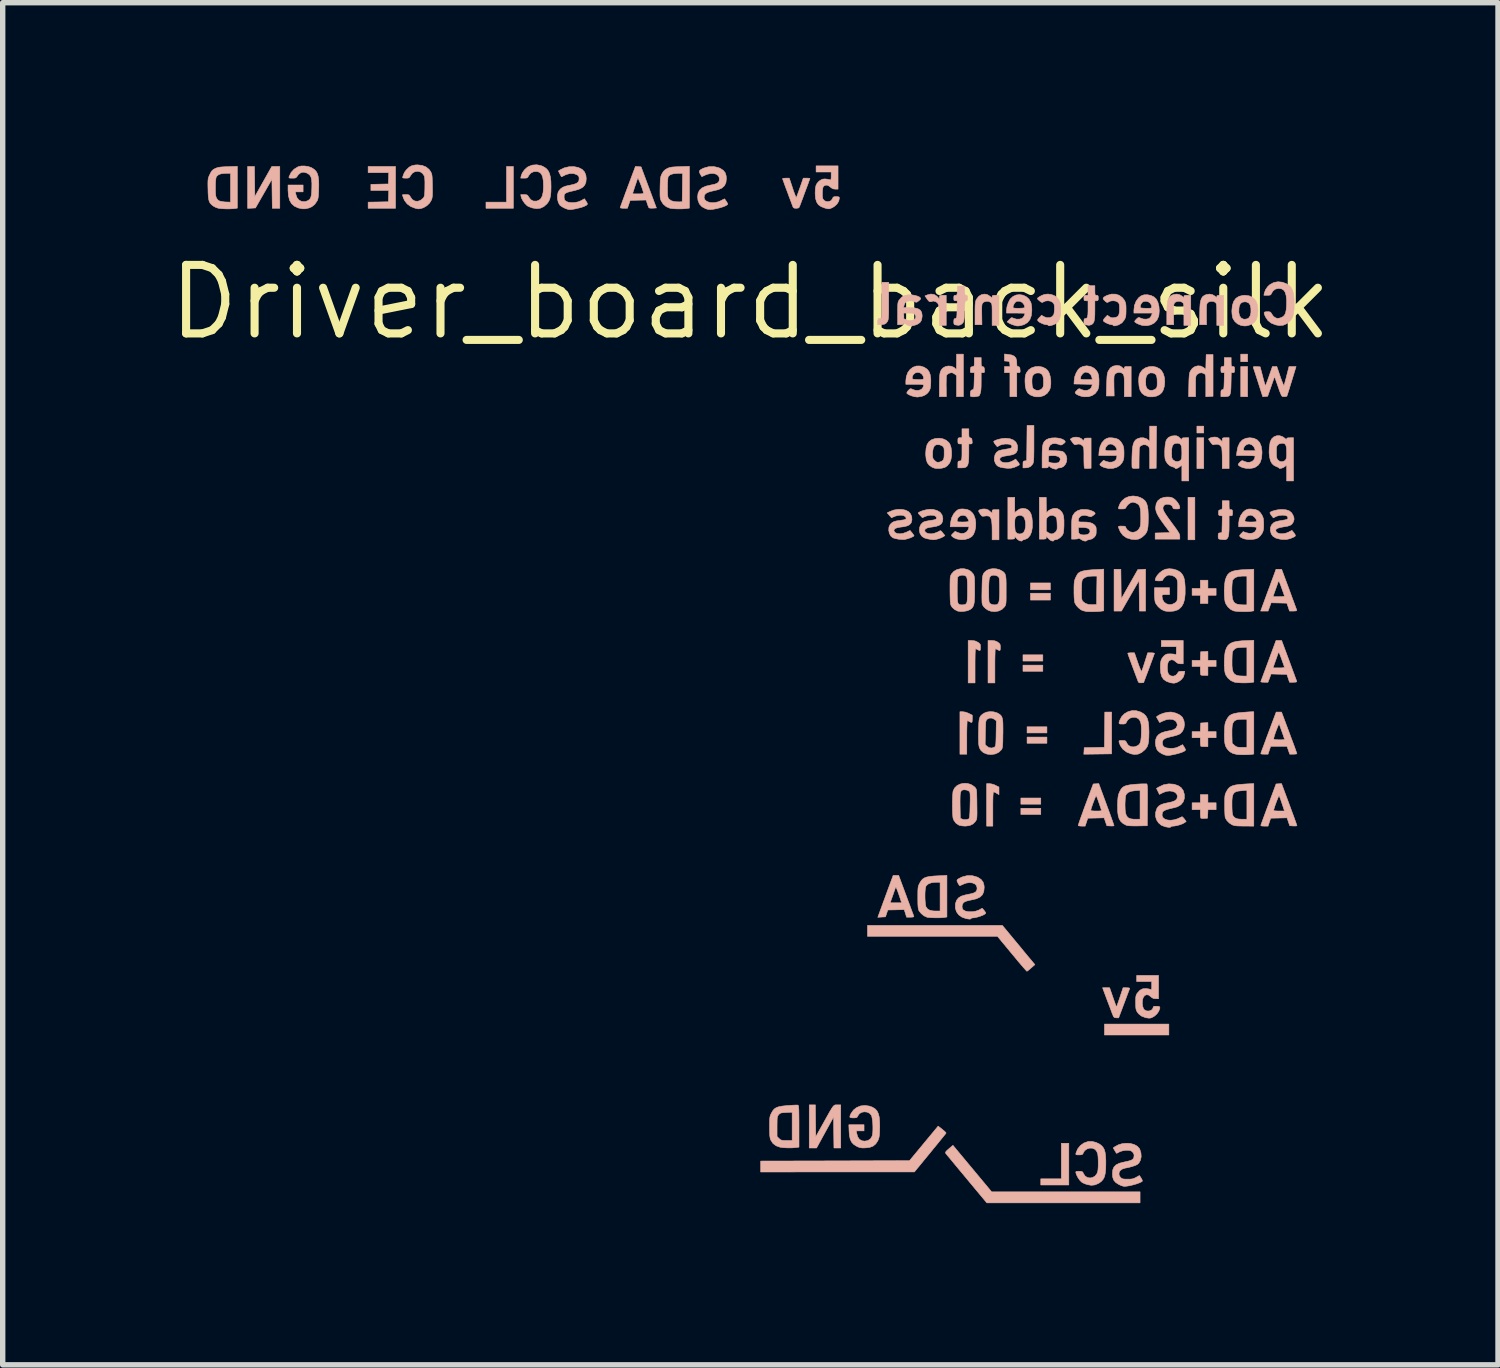
<source format=kicad_pcb>
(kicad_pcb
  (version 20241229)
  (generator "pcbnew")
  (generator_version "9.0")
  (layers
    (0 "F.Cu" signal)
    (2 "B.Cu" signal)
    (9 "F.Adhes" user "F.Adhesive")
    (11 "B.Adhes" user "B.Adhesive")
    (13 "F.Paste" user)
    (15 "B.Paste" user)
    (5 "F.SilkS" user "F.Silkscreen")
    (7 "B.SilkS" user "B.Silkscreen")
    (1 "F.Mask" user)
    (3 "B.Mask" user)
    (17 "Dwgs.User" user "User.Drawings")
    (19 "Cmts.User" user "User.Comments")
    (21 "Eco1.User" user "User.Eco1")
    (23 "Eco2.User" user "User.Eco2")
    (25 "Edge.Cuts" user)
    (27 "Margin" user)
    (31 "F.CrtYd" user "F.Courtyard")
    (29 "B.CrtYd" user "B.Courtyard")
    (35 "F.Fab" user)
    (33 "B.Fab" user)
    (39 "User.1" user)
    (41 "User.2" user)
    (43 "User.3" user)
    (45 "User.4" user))
  (footprint "Driver_board_back_silk"
    (layer "F.Cu")
    (at 10.863 2.552)
    (property "Reference" "Driver_board_back_silk" (at 0 0 0) (layer "F.SilkS") (effects (font (size 1.27 1.27) (thickness 0.15))))
    (attr through_hole)
    (fp_poly (pts (xy 5.385 9.309) (xy 5.016 9.309) (xy 5.016 9.195) (xy 5.385 9.195) (xy 5.385 9.309)) (stroke (width 0.01) (type solid)) (fill yes) (layer "B.SilkS"))
    (fp_poly (pts (xy 5.385 9.5) (xy 5.016 9.5) (xy 5.016 9.385) (xy 5.385 9.385) (xy 5.385 9.5)) (stroke (width 0.01) (type solid)) (fill yes) (layer "B.SilkS"))
    (fp_poly (pts (xy 5.423 6.655) (xy 5.055 6.655) (xy 5.055 6.54) (xy 5.423 6.54) (xy 5.423 6.655)) (stroke (width 0.01) (type solid)) (fill yes) (layer "B.SilkS"))
    (fp_poly (pts (xy 5.423 6.845) (xy 5.055 6.845) (xy 5.055 6.731) (xy 5.423 6.731) (xy 5.423 6.845)) (stroke (width 0.01) (type solid)) (fill yes) (layer "B.SilkS"))
    (fp_poly (pts (xy 5.499 7.988) (xy 5.131 7.988) (xy 5.131 7.874) (xy 5.499 7.874) (xy 5.499 7.988)) (stroke (width 0.01) (type solid)) (fill yes) (layer "B.SilkS"))
    (fp_poly (pts (xy 5.499 8.179) (xy 5.131 8.179) (xy 5.131 8.065) (xy 5.499 8.065) (xy 5.499 8.179)) (stroke (width 0.01) (type solid)) (fill yes) (layer "B.SilkS"))
    (fp_poly (pts (xy 5.563 5.334) (xy 5.194 5.334) (xy 5.194 5.207) (xy 5.563 5.207) (xy 5.563 5.334)) (stroke (width 0.01) (type solid)) (fill yes) (layer "B.SilkS"))
    (fp_poly (pts (xy 5.563 5.524) (xy 5.194 5.524) (xy 5.194 5.397) (xy 5.563 5.397) (xy 5.563 5.524)) (stroke (width 0.01) (type solid)) (fill yes) (layer "B.SilkS"))
    (fp_poly (pts (xy 7.76 13.589) (xy 6.566 13.589) (xy 6.566 13.386) (xy 7.76 13.386) (xy 7.76 13.589)) (stroke (width 0.01) (type solid)) (fill yes) (layer "B.SilkS"))
    (fp_poly (pts (xy 8.242 4.407) (xy 8.115 4.407) (xy 8.115 3.619) (xy 8.242 3.619) (xy 8.242 4.407)) (stroke (width 0.01) (type solid)) (fill yes) (layer "B.SilkS"))
    (fp_poly (pts (xy 8.407 2.426) (xy 8.28 2.426) (xy 8.28 2.299) (xy 8.407 2.299) (xy 8.407 2.426)) (stroke (width 0.01) (type solid)) (fill yes) (layer "B.SilkS"))
    (fp_poly (pts (xy 8.407 3.086) (xy 8.28 3.086) (xy 8.28 2.515) (xy 8.407 2.515) (xy 8.407 3.086)) (stroke (width 0.01) (type solid)) (fill yes) (layer "B.SilkS"))
    (fp_poly (pts (xy 9.22 1.105) (xy 9.093 1.105) (xy 9.093 0.965) (xy 9.22 0.965) (xy 9.22 1.105)) (stroke (width 0.01) (type solid)) (fill yes) (layer "B.SilkS"))
    (fp_poly (pts (xy 9.22 1.753) (xy 9.093 1.753) (xy 9.093 1.194) (xy 9.22 1.194) (xy 9.22 1.753)) (stroke (width 0.01) (type solid)) (fill yes) (layer "B.SilkS"))
    (fp_poly (pts (xy -4.394 -1.74) (xy -4.902 -1.74) (xy -4.902 -1.854) (xy -4.521 -1.854) (xy -4.521 -2.515) (xy -4.394 -2.515) (xy -4.394 -1.74)) (stroke (width 0.01) (type solid)) (fill yes) (layer "B.SilkS"))
    (fp_poly (pts (xy 5.905 16.37) (xy 5.385 16.37) (xy 5.385 16.256) (xy 5.766 16.256) (xy 5.766 15.596) (xy 5.905 15.596) (xy 5.905 16.37)) (stroke (width 0.01) (type solid)) (fill yes) (layer "B.SilkS"))
    (fp_poly (pts (xy 6.699 8.376) (xy 6.183 8.383) (xy 6.191 8.261) (xy 6.378 8.258) (xy 6.565 8.254) (xy 6.569 7.928) (xy 6.572 7.601) (xy 6.699 7.601) (xy 6.699 8.376)) (stroke (width 0.01) (type solid)) (fill yes) (layer "B.SilkS"))
    (fp_poly (pts (xy -9.188 -1.957) (xy -8.874 -2.515) (xy -8.725 -2.515) (xy -8.725 -1.74) (xy -8.864 -1.74) (xy -8.868 -2.009) (xy -8.871 -2.278) (xy -9.176 -1.746) (xy -9.249 -1.742) (xy -9.322 -1.739) (xy -9.322 -2.515) (xy -9.195 -2.515) (xy -9.188 -1.957)) (stroke (width 0.01) (type solid)) (fill yes) (layer "B.SilkS"))
    (fp_poly (pts (xy 7.328 5.728) (xy 7.214 5.728) (xy 7.211 5.445) (xy 7.207 5.163) (xy 7.044 5.445) (xy 6.881 5.728) (xy 6.744 5.728) (xy 6.744 4.953) (xy 6.87 4.953) (xy 6.877 5.502) (xy 7.185 4.959) (xy 7.328 4.952) (xy 7.328 5.728)) (stroke (width 0.01) (type solid)) (fill yes) (layer "B.SilkS"))
    (fp_poly (pts (xy 8.484 5.309) (xy 8.636 5.309) (xy 8.636 5.436) (xy 8.484 5.436) (xy 8.484 5.588) (xy 8.344 5.588) (xy 8.344 5.436) (xy 8.191 5.436) (xy 8.191 5.309) (xy 8.344 5.309) (xy 8.344 5.156) (xy 8.484 5.156) (xy 8.484 5.309)) (stroke (width 0.01) (type solid)) (fill yes) (layer "B.SilkS"))
    (fp_poly (pts (xy -6.579 -1.74) (xy -7.087 -1.74) (xy -7.087 -1.854) (xy -6.899 -1.857) (xy -6.712 -1.861) (xy -6.708 -1.965) (xy -6.705 -2.07) (xy -7.036 -2.07) (xy -7.036 -2.184) (xy -6.712 -2.191) (xy -6.708 -2.296) (xy -6.705 -2.4) (xy -7.087 -2.4) (xy -7.087 -2.515) (xy -6.579 -2.515) (xy -6.579 -1.74)) (stroke (width 0.01) (type solid)) (fill yes) (layer "B.SilkS"))
    (fp_poly (pts (xy 8.484 9.284) (xy 8.636 9.284) (xy 8.636 9.411) (xy 8.485 9.411) (xy 8.477 9.569) (xy 8.42 9.573) (xy 8.383 9.574) (xy 8.358 9.57) (xy 8.353 9.568) (xy 8.348 9.551) (xy 8.345 9.517) (xy 8.344 9.485) (xy 8.344 9.411) (xy 8.191 9.411) (xy 8.191 9.284) (xy 8.344 9.284) (xy 8.344 9.131) (xy 8.484 9.131) (xy 8.484 9.284)) (stroke (width 0.01) (type solid)) (fill yes) (layer "B.SilkS"))
    (fp_poly (pts (xy 4.474 16.497) (xy 7.226 16.497) (xy 7.226 16.701) (xy 4.384 16.701) (xy 4.011 16.253) (xy 3.934 16.16) (xy 3.862 16.074) (xy 3.796 15.994) (xy 3.739 15.925) (xy 3.691 15.867) (xy 3.654 15.823) (xy 3.631 15.794) (xy 3.622 15.784) (xy 3.617 15.772) (xy 3.622 15.757) (xy 3.64 15.735) (xy 3.676 15.703) (xy 3.681 15.699) (xy 3.756 15.634) (xy 4.474 16.497)) (stroke (width 0.01) (type solid)) (fill yes) (layer "B.SilkS"))
    (fp_poly (pts (xy 4.479 8.935) (xy 4.531 8.952) (xy 4.547 8.96) (xy 4.61 8.992) (xy 4.61 9.133) (xy 4.567 9.107) (xy 4.536 9.09) (xy 4.513 9.081) (xy 4.51 9.081) (xy 4.505 9.089) (xy 4.502 9.116) (xy 4.499 9.162) (xy 4.497 9.229) (xy 4.496 9.319) (xy 4.496 9.398) (xy 4.496 9.716) (xy 4.381 9.716) (xy 4.381 8.928) (xy 4.433 8.928) (xy 4.479 8.935)) (stroke (width 0.01) (type solid)) (fill yes) (layer "B.SilkS"))
    (fp_poly (pts (xy 8.484 6.642) (xy 8.636 6.642) (xy 8.636 6.756) (xy 8.484 6.756) (xy 8.484 6.921) (xy 8.422 6.921) (xy 8.385 6.92) (xy 8.358 6.916) (xy 8.352 6.913) (xy 8.348 6.897) (xy 8.345 6.863) (xy 8.344 6.83) (xy 8.344 6.756) (xy 8.191 6.756) (xy 8.191 6.642) (xy 8.343 6.642) (xy 8.346 6.563) (xy 8.35 6.483) (xy 8.484 6.476) (xy 8.484 6.642)) (stroke (width 0.01) (type solid)) (fill yes) (layer "B.SilkS"))
    (fp_poly (pts (xy 8.484 7.963) (xy 8.636 7.963) (xy 8.636 8.077) (xy 8.484 8.077) (xy 8.484 8.242) (xy 8.422 8.242) (xy 8.385 8.241) (xy 8.358 8.237) (xy 8.352 8.234) (xy 8.348 8.217) (xy 8.345 8.184) (xy 8.344 8.151) (xy 8.344 8.077) (xy 8.191 8.077) (xy 8.191 7.963) (xy 8.343 7.963) (xy 8.346 7.884) (xy 8.35 7.804) (xy 8.484 7.796) (xy 8.484 7.963)) (stroke (width 0.01) (type solid)) (fill yes) (layer "B.SilkS"))
    (fp_poly (pts (xy 3.557 15.337) (xy 3.593 15.367) (xy 3.619 15.391) (xy 3.629 15.406) (xy 3.629 15.407) (xy 3.621 15.419) (xy 3.598 15.448) (xy 3.562 15.492) (xy 3.516 15.549) (xy 3.461 15.617) (xy 3.399 15.692) (xy 3.334 15.772) (xy 3.042 16.128) (xy 1.616 16.128) (xy 0.191 16.129) (xy 0.191 15.926) (xy 1.571 15.923) (xy 2.951 15.919) (xy 3.216 15.599) (xy 3.482 15.278) (xy 3.557 15.337)) (stroke (width 0.01) (type solid)) (fill yes) (layer "B.SilkS"))
    (fp_poly (pts (xy 3.983 7.601) (xy 4.035 7.619) (xy 4.052 7.627) (xy 4.115 7.659) (xy 4.115 7.728) (xy 4.114 7.771) (xy 4.108 7.791) (xy 4.094 7.794) (xy 4.069 7.781) (xy 4.064 7.779) (xy 4.038 7.765) (xy 4.023 7.76) (xy 4.02 7.772) (xy 4.018 7.806) (xy 4.016 7.859) (xy 4.014 7.926) (xy 4.013 8.006) (xy 4.013 8.071) (xy 4.013 8.382) (xy 3.886 8.382) (xy 3.886 7.595) (xy 3.937 7.595) (xy 3.983 7.601)) (stroke (width 0.01) (type solid)) (fill yes) (layer "B.SilkS"))
    (fp_poly (pts (xy 5.258 2.626) (xy 5.258 2.728) (xy 5.257 2.808) (xy 5.256 2.87) (xy 5.254 2.915) (xy 5.251 2.948) (xy 5.247 2.971) (xy 5.242 2.989) (xy 5.235 3.003) (xy 5.232 3.007) (xy 5.196 3.047) (xy 5.146 3.069) (xy 5.098 3.073) (xy 5.055 3.073) (xy 5.055 3.011) (xy 5.056 2.973) (xy 5.061 2.954) (xy 5.075 2.946) (xy 5.09 2.944) (xy 5.124 2.94) (xy 5.131 2.286) (xy 5.258 2.286) (xy 5.258 2.626)) (stroke (width 0.01) (type solid)) (fill yes) (layer "B.SilkS"))
    (fp_poly (pts (xy 2.565 -0.024) (xy 2.565 0.079) (xy 2.565 0.16) (xy 2.564 0.222) (xy 2.562 0.268) (xy 2.559 0.301) (xy 2.555 0.325) (xy 2.55 0.343) (xy 2.543 0.357) (xy 2.54 0.362) (xy 2.514 0.394) (xy 2.481 0.411) (xy 2.434 0.418) (xy 2.41 0.419) (xy 2.362 0.419) (xy 2.362 0.364) (xy 2.364 0.329) (xy 2.372 0.311) (xy 2.391 0.302) (xy 2.4 0.3) (xy 2.438 0.293) (xy 2.438 -0.368) (xy 2.565 -0.368) (xy 2.565 -0.024)) (stroke (width 0.01) (type solid)) (fill yes) (layer "B.SilkS"))
    (fp_poly (pts (xy 4.163 6.281) (xy 4.216 6.305) (xy 4.217 6.306) (xy 4.247 6.327) (xy 4.262 6.346) (xy 4.267 6.375) (xy 4.267 6.401) (xy 4.266 6.441) (xy 4.259 6.459) (xy 4.244 6.459) (xy 4.216 6.445) (xy 4.19 6.432) (xy 4.175 6.427) (xy 4.173 6.439) (xy 4.17 6.473) (xy 4.168 6.525) (xy 4.167 6.593) (xy 4.166 6.673) (xy 4.166 6.744) (xy 4.166 7.061) (xy 4.039 7.061) (xy 4.039 6.274) (xy 4.102 6.274) (xy 4.163 6.281)) (stroke (width 0.01) (type solid)) (fill yes) (layer "B.SilkS"))
    (fp_poly (pts (xy 4.528 6.279) (xy 4.571 6.295) (xy 4.588 6.306) (xy 4.617 6.328) (xy 4.631 6.349) (xy 4.635 6.379) (xy 4.636 6.401) (xy 4.634 6.441) (xy 4.628 6.459) (xy 4.612 6.459) (xy 4.585 6.445) (xy 4.559 6.432) (xy 4.543 6.427) (xy 4.541 6.439) (xy 4.538 6.473) (xy 4.537 6.525) (xy 4.535 6.593) (xy 4.534 6.673) (xy 4.534 6.744) (xy 4.534 7.061) (xy 4.407 7.061) (xy 4.407 6.274) (xy 4.474 6.274) (xy 4.528 6.279)) (stroke (width 0.01) (type solid)) (fill yes) (layer "B.SilkS"))
    (fp_poly (pts (xy 1.613 14.884) (xy 1.614 14.884) (xy 1.676 14.884) (xy 1.676 15.684) (xy 1.55 15.684) (xy 1.546 15.397) (xy 1.543 15.11) (xy 1.385 15.397) (xy 1.228 15.684) (xy 1.092 15.684) (xy 1.092 14.884) (xy 1.206 14.884) (xy 1.209 15.18) (xy 1.213 15.475) (xy 1.358 15.215) (xy 1.41 15.121) (xy 1.452 15.046) (xy 1.485 14.989) (xy 1.51 14.948) (xy 1.53 14.919) (xy 1.547 14.9) (xy 1.562 14.89) (xy 1.577 14.885) (xy 1.593 14.884) (xy 1.613 14.884)) (stroke (width 0.01) (type solid)) (fill yes) (layer "B.SilkS"))
    (fp_poly (pts (xy 4.892 11.821) (xy 4.955 11.897) (xy 5.018 11.973) (xy 5.076 12.044) (xy 5.128 12.107) (xy 5.17 12.157) (xy 5.193 12.184) (xy 5.276 12.284) (xy 5.206 12.346) (xy 5.171 12.376) (xy 5.144 12.398) (xy 5.129 12.407) (xy 5.128 12.407) (xy 5.118 12.398) (xy 5.094 12.372) (xy 5.059 12.332) (xy 5.014 12.28) (xy 4.963 12.22) (xy 4.932 12.182) (xy 4.873 12.111) (xy 4.813 12.039) (xy 4.758 11.972) (xy 4.709 11.913) (xy 4.672 11.869) (xy 4.664 11.859) (xy 4.583 11.76) (xy 2.172 11.76) (xy 2.172 11.557) (xy 4.673 11.557) (xy 4.892 11.821)) (stroke (width 0.01) (type solid)) (fill yes) (layer "B.SilkS"))
    (fp_poly (pts (xy 3.407 -0.142) (xy 3.458 -0.11) (xy 3.476 -0.091) (xy 3.504 -0.057) (xy 3.505 -0.092) (xy 3.507 -0.113) (xy 3.516 -0.123) (xy 3.54 -0.127) (xy 3.569 -0.127) (xy 3.632 -0.127) (xy 3.632 0.432) (xy 3.505 0.432) (xy 3.505 0.26) (xy 3.504 0.172) (xy 3.499 0.105) (xy 3.49 0.057) (xy 3.477 0.024) (xy 3.456 0.003) (xy 3.431 -0.01) (xy 3.404 -0.018) (xy 3.389 -0.02) (xy 3.389 -0.02) (xy 3.375 -0.015) (xy 3.352 -0.008) (xy 3.33 -0.007) (xy 3.312 -0.016) (xy 3.289 -0.042) (xy 3.278 -0.058) (xy 3.237 -0.115) (xy 3.282 -0.134) (xy 3.347 -0.15) (xy 3.407 -0.142)) (stroke (width 0.01) (type solid)) (fill yes) (layer "B.SilkS"))
    (fp_poly (pts (xy 4.377 3.839) (xy 4.412 3.854) (xy 4.438 3.875) (xy 4.483 3.914) (xy 4.483 3.881) (xy 4.485 3.862) (xy 4.495 3.852) (xy 4.52 3.848) (xy 4.547 3.848) (xy 4.61 3.848) (xy 4.61 4.407) (xy 4.483 4.407) (xy 4.483 4.228) (xy 4.481 4.135) (xy 4.475 4.065) (xy 4.463 4.015) (xy 4.444 3.983) (xy 4.416 3.966) (xy 4.379 3.963) (xy 4.337 3.968) (xy 4.31 3.971) (xy 4.291 3.964) (xy 4.272 3.943) (xy 4.259 3.923) (xy 4.239 3.892) (xy 4.232 3.874) (xy 4.237 3.862) (xy 4.248 3.853) (xy 4.275 3.842) (xy 4.315 3.836) (xy 4.333 3.835) (xy 4.377 3.839)) (stroke (width 0.01) (type solid)) (fill yes) (layer "B.SilkS"))
    (fp_poly (pts (xy 4.778 0.969) (xy 4.847 0.981) (xy 4.894 1.003) (xy 4.924 1.037) (xy 4.938 1.089) (xy 4.94 1.138) (xy 4.942 1.173) (xy 4.95 1.19) (xy 4.968 1.196) (xy 4.969 1.196) (xy 4.988 1.203) (xy 4.997 1.222) (xy 5.001 1.254) (xy 5.003 1.288) (xy 4.997 1.304) (xy 4.981 1.308) (xy 4.973 1.308) (xy 4.94 1.308) (xy 4.94 1.753) (xy 4.813 1.753) (xy 4.813 1.308) (xy 4.712 1.308) (xy 4.712 1.194) (xy 4.815 1.194) (xy 4.811 1.146) (xy 4.806 1.115) (xy 4.794 1.1) (xy 4.766 1.095) (xy 4.759 1.095) (xy 4.712 1.091) (xy 4.712 0.962) (xy 4.778 0.969)) (stroke (width 0.01) (type solid)) (fill yes) (layer "B.SilkS"))
    (fp_poly (pts (xy 8.651 2.506) (xy 8.682 2.523) (xy 8.707 2.545) (xy 8.75 2.588) (xy 8.75 2.551) (xy 8.752 2.53) (xy 8.761 2.519) (xy 8.783 2.515) (xy 8.814 2.515) (xy 8.877 2.515) (xy 8.877 3.086) (xy 8.75 3.086) (xy 8.75 2.903) (xy 8.749 2.826) (xy 8.746 2.761) (xy 8.742 2.714) (xy 8.736 2.688) (xy 8.736 2.688) (xy 8.708 2.653) (xy 8.666 2.635) (xy 8.619 2.637) (xy 8.611 2.639) (xy 8.588 2.646) (xy 8.571 2.641) (xy 8.552 2.623) (xy 8.535 2.6) (xy 8.513 2.569) (xy 8.499 2.546) (xy 8.496 2.54) (xy 8.508 2.527) (xy 8.536 2.514) (xy 8.575 2.505) (xy 8.612 2.502) (xy 8.651 2.506)) (stroke (width 0.01) (type solid)) (fill yes) (layer "B.SilkS"))
    (fp_poly (pts (xy 6.723 12.89) (xy 6.745 12.953) (xy 6.764 13.006) (xy 6.779 13.045) (xy 6.787 13.066) (xy 6.789 13.068) (xy 6.794 13.057) (xy 6.805 13.026) (xy 6.822 12.979) (xy 6.842 12.92) (xy 6.852 12.89) (xy 6.911 12.713) (xy 6.975 12.713) (xy 7.014 12.715) (xy 7.032 12.721) (xy 7.033 12.729) (xy 7.027 12.745) (xy 7.013 12.781) (xy 6.993 12.834) (xy 6.969 12.899) (xy 6.941 12.974) (xy 6.928 13.008) (xy 6.829 13.271) (xy 6.786 13.271) (xy 6.752 13.266) (xy 6.733 13.248) (xy 6.731 13.243) (xy 6.723 13.223) (xy 6.707 13.183) (xy 6.686 13.127) (xy 6.661 13.06) (xy 6.632 12.984) (xy 6.624 12.964) (xy 6.531 12.713) (xy 6.662 12.713) (xy 6.723 12.89)) (stroke (width 0.01) (type solid)) (fill yes) (layer "B.SilkS"))
    (fp_poly (pts (xy 3.95 1.753) (xy 3.823 1.753) (xy 3.823 1.361) (xy 3.789 1.334) (xy 3.759 1.316) (xy 3.733 1.308) (xy 3.733 1.308) (xy 3.696 1.315) (xy 3.661 1.333) (xy 3.639 1.355) (xy 3.638 1.357) (xy 3.635 1.377) (xy 3.633 1.417) (xy 3.632 1.472) (xy 3.631 1.537) (xy 3.632 1.565) (xy 3.634 1.753) (xy 3.505 1.753) (xy 3.505 1.543) (xy 3.506 1.452) (xy 3.509 1.383) (xy 3.514 1.331) (xy 3.524 1.291) (xy 3.538 1.261) (xy 3.557 1.236) (xy 3.572 1.221) (xy 3.617 1.195) (xy 3.671 1.184) (xy 3.726 1.189) (xy 3.775 1.209) (xy 3.804 1.236) (xy 3.812 1.246) (xy 3.817 1.244) (xy 3.821 1.228) (xy 3.822 1.194) (xy 3.823 1.14) (xy 3.823 1.114) (xy 3.823 0.965) (xy 3.95 0.965) (xy 3.95 1.753)) (stroke (width 0.01) (type solid)) (fill yes) (layer "B.SilkS"))
    (fp_poly (pts (xy 6.097 2.512) (xy 6.139 2.532) (xy 6.165 2.56) (xy 6.166 2.562) (xy 6.174 2.575) (xy 6.18 2.567) (xy 6.184 2.553) (xy 6.192 2.534) (xy 6.207 2.524) (xy 6.237 2.521) (xy 6.255 2.521) (xy 6.318 2.521) (xy 6.318 3.08) (xy 6.261 3.084) (xy 6.224 3.084) (xy 6.199 3.081) (xy 6.194 3.078) (xy 6.191 3.063) (xy 6.188 3.027) (xy 6.186 2.975) (xy 6.185 2.912) (xy 6.185 2.88) (xy 6.185 2.807) (xy 6.184 2.755) (xy 6.182 2.719) (xy 6.177 2.696) (xy 6.17 2.679) (xy 6.16 2.666) (xy 6.154 2.66) (xy 6.118 2.635) (xy 6.077 2.631) (xy 6.041 2.641) (xy 6.021 2.645) (xy 6.005 2.638) (xy 5.984 2.616) (xy 5.97 2.597) (xy 5.931 2.542) (xy 5.959 2.522) (xy 5.999 2.506) (xy 6.048 2.503) (xy 6.097 2.512)) (stroke (width 0.01) (type solid)) (fill yes) (layer "B.SilkS"))
    (fp_poly (pts (xy 8.579 1.746) (xy 8.512 1.75) (xy 8.445 1.754) (xy 8.445 1.551) (xy 8.445 1.475) (xy 8.445 1.42) (xy 8.443 1.382) (xy 8.439 1.358) (xy 8.433 1.343) (xy 8.425 1.333) (xy 8.417 1.328) (xy 8.371 1.31) (xy 8.324 1.315) (xy 8.286 1.339) (xy 8.274 1.352) (xy 8.266 1.366) (xy 8.26 1.386) (xy 8.257 1.415) (xy 8.255 1.458) (xy 8.255 1.52) (xy 8.255 1.562) (xy 8.255 1.753) (xy 8.126 1.753) (xy 8.13 1.54) (xy 8.132 1.457) (xy 8.135 1.396) (xy 8.139 1.351) (xy 8.144 1.318) (xy 8.152 1.293) (xy 8.159 1.278) (xy 8.195 1.228) (xy 8.244 1.195) (xy 8.299 1.181) (xy 8.354 1.186) (xy 8.405 1.213) (xy 8.406 1.214) (xy 8.445 1.246) (xy 8.448 1.109) (xy 8.452 0.972) (xy 8.579 0.972) (xy 8.579 1.746)) (stroke (width 0.01) (type solid)) (fill yes) (layer "B.SilkS"))
    (fp_poly (pts (xy 7.183 6.68) (xy 7.205 6.741) (xy 7.225 6.792) (xy 7.241 6.829) (xy 7.251 6.847) (xy 7.253 6.848) (xy 7.26 6.833) (xy 7.273 6.799) (xy 7.29 6.749) (xy 7.309 6.69) (xy 7.315 6.671) (xy 7.368 6.502) (xy 7.43 6.502) (xy 7.466 6.504) (xy 7.489 6.509) (xy 7.493 6.512) (xy 7.489 6.526) (xy 7.476 6.56) (xy 7.458 6.612) (xy 7.434 6.676) (xy 7.407 6.75) (xy 7.393 6.788) (xy 7.292 7.055) (xy 7.247 7.059) (xy 7.214 7.059) (xy 7.197 7.048) (xy 7.19 7.033) (xy 7.182 7.013) (xy 7.167 6.973) (xy 7.146 6.917) (xy 7.121 6.85) (xy 7.093 6.775) (xy 7.088 6.762) (xy 7.061 6.688) (xy 7.037 6.623) (xy 7.017 6.569) (xy 7.004 6.531) (xy 6.998 6.512) (xy 6.998 6.511) (xy 7.009 6.506) (xy 7.038 6.503) (xy 7.06 6.502) (xy 7.122 6.502) (xy 7.183 6.68)) (stroke (width 0.01) (type solid)) (fill yes) (layer "B.SilkS"))
    (fp_poly (pts (xy 7.96 -0.138) (xy 8.007 -0.11) (xy 8.009 -0.108) (xy 8.029 -0.089) (xy 8.037 -0.087) (xy 8.039 -0.102) (xy 8.039 -0.102) (xy 8.043 -0.117) (xy 8.057 -0.125) (xy 8.089 -0.127) (xy 8.103 -0.127) (xy 8.166 -0.127) (xy 8.166 0.432) (xy 8.039 0.432) (xy 8.039 0.231) (xy 8.039 0.154) (xy 8.038 0.099) (xy 8.036 0.061) (xy 8.032 0.037) (xy 8.026 0.021) (xy 8.017 0.009) (xy 8.013 0.006) (xy 7.976 -0.013) (xy 7.931 -0.015) (xy 7.888 -0.003) (xy 7.871 0.01) (xy 7.862 0.021) (xy 7.855 0.037) (xy 7.851 0.06) (xy 7.848 0.096) (xy 7.848 0.148) (xy 7.848 0.22) (xy 7.848 0.227) (xy 7.85 0.419) (xy 7.722 0.419) (xy 7.722 0.219) (xy 7.724 0.116) (xy 7.73 0.036) (xy 7.74 -0.026) (xy 7.756 -0.071) (xy 7.78 -0.104) (xy 7.811 -0.126) (xy 7.845 -0.14) (xy 7.903 -0.149) (xy 7.96 -0.138)) (stroke (width 0.01) (type solid)) (fill yes) (layer "B.SilkS"))
    (fp_poly (pts (xy 8.57 -0.138) (xy 8.616 -0.11) (xy 8.618 -0.108) (xy 8.639 -0.089) (xy 8.647 -0.087) (xy 8.649 -0.102) (xy 8.649 -0.102) (xy 8.652 -0.117) (xy 8.667 -0.125) (xy 8.699 -0.127) (xy 8.712 -0.127) (xy 8.776 -0.127) (xy 8.776 0.432) (xy 8.649 0.432) (xy 8.649 0.231) (xy 8.648 0.154) (xy 8.647 0.099) (xy 8.645 0.061) (xy 8.641 0.037) (xy 8.635 0.021) (xy 8.626 0.009) (xy 8.623 0.006) (xy 8.586 -0.013) (xy 8.54 -0.015) (xy 8.498 -0.003) (xy 8.481 0.01) (xy 8.471 0.021) (xy 8.464 0.037) (xy 8.46 0.06) (xy 8.458 0.096) (xy 8.457 0.148) (xy 8.457 0.22) (xy 8.457 0.227) (xy 8.459 0.419) (xy 8.331 0.419) (xy 8.332 0.219) (xy 8.334 0.116) (xy 8.339 0.036) (xy 8.35 -0.026) (xy 8.366 -0.071) (xy 8.389 -0.104) (xy 8.421 -0.126) (xy 8.454 -0.14) (xy 8.513 -0.149) (xy 8.57 -0.138)) (stroke (width 0.01) (type solid)) (fill yes) (layer "B.SilkS"))
    (fp_poly (pts (xy 2.888 11.001) (xy 2.922 11.094) (xy 2.954 11.179) (xy 2.981 11.253) (xy 3.004 11.314) (xy 3.021 11.359) (xy 3.03 11.384) (xy 3.032 11.389) (xy 3.028 11.398) (xy 3.004 11.403) (xy 2.967 11.405) (xy 2.897 11.405) (xy 2.875 11.334) (xy 2.853 11.264) (xy 2.701 11.268) (xy 2.549 11.271) (xy 2.527 11.335) (xy 2.506 11.398) (xy 2.435 11.402) (xy 2.363 11.406) (xy 2.404 11.294) (xy 2.421 11.248) (xy 2.444 11.184) (xy 2.461 11.138) (xy 2.592 11.138) (xy 2.805 11.138) (xy 2.753 10.982) (xy 2.733 10.926) (xy 2.716 10.882) (xy 2.703 10.854) (xy 2.696 10.845) (xy 2.695 10.846) (xy 2.688 10.865) (xy 2.675 10.902) (xy 2.658 10.952) (xy 2.641 11.001) (xy 2.592 11.138) (xy 2.461 11.138) (xy 2.473 11.106) (xy 2.504 11.021) (xy 2.536 10.934) (xy 2.546 10.906) (xy 2.648 10.63) (xy 2.699 10.63) (xy 2.75 10.63) (xy 2.888 11.001)) (stroke (width 0.01) (type solid)) (fill yes) (layer "B.SilkS"))
    (fp_poly (pts (xy 6.838 1.178) (xy 6.869 1.191) (xy 6.895 1.212) (xy 6.92 1.234) (xy 6.931 1.24) (xy 6.934 1.23) (xy 6.934 1.222) (xy 6.937 1.205) (xy 6.949 1.197) (xy 6.978 1.194) (xy 6.998 1.194) (xy 7.061 1.194) (xy 7.061 1.753) (xy 6.934 1.753) (xy 6.934 1.557) (xy 6.934 1.481) (xy 6.933 1.426) (xy 6.93 1.388) (xy 6.925 1.362) (xy 6.918 1.344) (xy 6.91 1.332) (xy 6.877 1.309) (xy 6.833 1.302) (xy 6.79 1.313) (xy 6.767 1.33) (xy 6.756 1.342) (xy 6.749 1.357) (xy 6.744 1.377) (xy 6.742 1.409) (xy 6.741 1.455) (xy 6.742 1.522) (xy 6.742 1.549) (xy 6.746 1.74) (xy 6.601 1.74) (xy 6.606 1.533) (xy 6.609 1.451) (xy 6.612 1.39) (xy 6.617 1.346) (xy 6.623 1.313) (xy 6.632 1.288) (xy 6.637 1.277) (xy 6.674 1.221) (xy 6.723 1.188) (xy 6.784 1.175) (xy 6.795 1.175) (xy 6.838 1.178)) (stroke (width 0.01) (type solid)) (fill yes) (layer "B.SilkS"))
    (fp_poly (pts (xy 4.396 -0.139) (xy 4.446 -0.107) (xy 4.446 -0.107) (xy 4.47 -0.085) (xy 4.48 -0.08) (xy 4.483 -0.091) (xy 4.483 -0.099) (xy 4.486 -0.116) (xy 4.498 -0.124) (xy 4.527 -0.127) (xy 4.547 -0.127) (xy 4.61 -0.127) (xy 4.61 0.432) (xy 4.483 0.432) (xy 4.483 0.231) (xy 4.483 0.154) (xy 4.482 0.099) (xy 4.48 0.061) (xy 4.476 0.037) (xy 4.47 0.021) (xy 4.461 0.009) (xy 4.457 0.006) (xy 4.42 -0.013) (xy 4.374 -0.015) (xy 4.331 -0.002) (xy 4.314 0.011) (xy 4.304 0.023) (xy 4.297 0.037) (xy 4.293 0.059) (xy 4.291 0.092) (xy 4.29 0.141) (xy 4.291 0.21) (xy 4.291 0.228) (xy 4.294 0.419) (xy 4.166 0.419) (xy 4.166 0.206) (xy 4.166 0.127) (xy 4.167 0.069) (xy 4.17 0.026) (xy 4.174 -0.004) (xy 4.18 -0.027) (xy 4.189 -0.047) (xy 4.195 -0.057) (xy 4.235 -0.107) (xy 4.285 -0.138) (xy 4.341 -0.149) (xy 4.396 -0.139)) (stroke (width 0.01) (type solid)) (fill yes) (layer "B.SilkS"))
    (fp_poly (pts (xy 7.528 2.689) (xy 7.525 3.08) (xy 7.464 3.084) (xy 7.404 3.087) (xy 7.404 2.892) (xy 7.404 2.818) (xy 7.403 2.764) (xy 7.401 2.727) (xy 7.397 2.703) (xy 7.39 2.687) (xy 7.381 2.675) (xy 7.375 2.669) (xy 7.333 2.646) (xy 7.286 2.644) (xy 7.242 2.662) (xy 7.238 2.665) (xy 7.227 2.675) (xy 7.22 2.687) (xy 7.214 2.706) (xy 7.211 2.736) (xy 7.21 2.781) (xy 7.209 2.845) (xy 7.208 2.884) (xy 7.207 3.08) (xy 7.147 3.084) (xy 7.107 3.084) (xy 7.086 3.077) (xy 7.078 3.067) (xy 7.076 3.047) (xy 7.075 3.008) (xy 7.075 2.952) (xy 7.076 2.887) (xy 7.077 2.853) (xy 7.081 2.757) (xy 7.089 2.682) (xy 7.102 2.626) (xy 7.12 2.584) (xy 7.144 2.555) (xy 7.175 2.534) (xy 7.232 2.516) (xy 7.292 2.516) (xy 7.346 2.534) (xy 7.365 2.547) (xy 7.404 2.58) (xy 7.404 2.299) (xy 7.531 2.299) (xy 7.528 2.689)) (stroke (width 0.01) (type solid)) (fill yes) (layer "B.SilkS"))
    (fp_poly (pts (xy 4.051 2.431) (xy 4.052 2.476) (xy 4.056 2.501) (xy 4.064 2.512) (xy 4.08 2.517) (xy 4.08 2.517) (xy 4.099 2.524) (xy 4.108 2.543) (xy 4.112 2.575) (xy 4.114 2.609) (xy 4.108 2.624) (xy 4.092 2.629) (xy 4.084 2.629) (xy 4.051 2.629) (xy 4.051 2.8) (xy 4.05 2.89) (xy 4.045 2.959) (xy 4.035 3.008) (xy 4.019 3.041) (xy 3.994 3.061) (xy 3.96 3.071) (xy 3.917 3.073) (xy 3.848 3.073) (xy 3.848 3.01) (xy 3.849 2.972) (xy 3.854 2.953) (xy 3.867 2.947) (xy 3.878 2.946) (xy 3.897 2.944) (xy 3.909 2.935) (xy 3.917 2.915) (xy 3.922 2.88) (xy 3.924 2.827) (xy 3.924 2.768) (xy 3.924 2.629) (xy 3.886 2.629) (xy 3.863 2.627) (xy 3.852 2.618) (xy 3.848 2.593) (xy 3.848 2.572) (xy 3.849 2.537) (xy 3.856 2.52) (xy 3.872 2.515) (xy 3.886 2.515) (xy 3.924 2.515) (xy 3.924 2.349) (xy 4.051 2.349) (xy 4.051 2.431)) (stroke (width 0.01) (type solid)) (fill yes) (layer "B.SilkS"))
    (fp_poly (pts (xy 9.335 5.724) (xy 9.287 5.732) (xy 9.241 5.737) (xy 9.18 5.739) (xy 9.114 5.738) (xy 9.049 5.736) (xy 8.995 5.731) (xy 8.963 5.725) (xy 8.908 5.699) (xy 8.858 5.655) (xy 8.82 5.601) (xy 8.803 5.559) (xy 8.795 5.508) (xy 8.79 5.44) (xy 8.788 5.364) (xy 8.789 5.344) (xy 8.928 5.344) (xy 8.931 5.434) (xy 8.94 5.502) (xy 8.958 5.55) (xy 8.987 5.583) (xy 9.03 5.602) (xy 9.088 5.611) (xy 9.134 5.613) (xy 9.207 5.613) (xy 9.207 5.08) (xy 9.122 5.08) (xy 9.045 5.087) (xy 8.987 5.109) (xy 8.95 5.145) (xy 8.94 5.163) (xy 8.936 5.189) (xy 8.932 5.233) (xy 8.929 5.29) (xy 8.928 5.344) (xy 8.789 5.344) (xy 8.79 5.287) (xy 8.796 5.217) (xy 8.804 5.161) (xy 8.808 5.146) (xy 8.829 5.09) (xy 8.856 5.046) (xy 8.893 5.013) (xy 8.943 4.99) (xy 9.009 4.974) (xy 9.095 4.964) (xy 9.166 4.96) (xy 9.335 4.952) (xy 9.335 5.724)) (stroke (width 0.01) (type solid)) (fill yes) (layer "B.SilkS"))
    (fp_poly (pts (xy 0.783 -2.115) (xy 0.804 -2.052) (xy 0.824 -2) (xy 0.839 -1.962) (xy 0.849 -1.942) (xy 0.852 -1.94) (xy 0.859 -1.955) (xy 0.872 -1.989) (xy 0.89 -2.038) (xy 0.911 -2.098) (xy 0.921 -2.124) (xy 0.981 -2.299) (xy 1.043 -2.299) (xy 1.079 -2.298) (xy 1.101 -2.295) (xy 1.105 -2.293) (xy 1.101 -2.28) (xy 1.089 -2.248) (xy 1.072 -2.2) (xy 1.05 -2.141) (xy 1.025 -2.075) (xy 0.999 -2.005) (xy 0.974 -1.936) (xy 0.95 -1.873) (xy 0.93 -1.819) (xy 0.914 -1.778) (xy 0.908 -1.762) (xy 0.892 -1.746) (xy 0.857 -1.74) (xy 0.849 -1.74) (xy 0.814 -1.743) (xy 0.796 -1.755) (xy 0.789 -1.768) (xy 0.781 -1.789) (xy 0.766 -1.829) (xy 0.746 -1.884) (xy 0.72 -1.951) (xy 0.693 -2.026) (xy 0.688 -2.039) (xy 0.66 -2.113) (xy 0.636 -2.178) (xy 0.617 -2.232) (xy 0.603 -2.27) (xy 0.597 -2.289) (xy 0.597 -2.29) (xy 0.608 -2.295) (xy 0.637 -2.298) (xy 0.66 -2.299) (xy 0.722 -2.299) (xy 0.783 -2.115)) (stroke (width 0.01) (type solid)) (fill yes) (layer "B.SilkS"))
    (fp_poly (pts (xy 9.989 5.324) (xy 10.023 5.417) (xy 10.054 5.502) (xy 10.082 5.576) (xy 10.104 5.637) (xy 10.121 5.682) (xy 10.13 5.708) (xy 10.132 5.712) (xy 10.127 5.722) (xy 10.103 5.727) (xy 10.067 5.728) (xy 9.997 5.728) (xy 9.973 5.655) (xy 9.948 5.582) (xy 9.802 5.578) (xy 9.656 5.575) (xy 9.628 5.651) (xy 9.6 5.728) (xy 9.462 5.728) (xy 9.498 5.629) (xy 9.513 5.589) (xy 9.535 5.529) (xy 9.56 5.461) (xy 9.691 5.461) (xy 9.8 5.461) (xy 9.855 5.46) (xy 9.888 5.457) (xy 9.902 5.451) (xy 9.903 5.445) (xy 9.896 5.427) (xy 9.884 5.391) (xy 9.866 5.342) (xy 9.848 5.291) (xy 9.829 5.238) (xy 9.812 5.198) (xy 9.8 5.174) (xy 9.794 5.17) (xy 9.787 5.189) (xy 9.774 5.226) (xy 9.757 5.275) (xy 9.739 5.324) (xy 9.691 5.461) (xy 9.56 5.461) (xy 9.562 5.455) (xy 9.592 5.373) (xy 9.625 5.286) (xy 9.641 5.242) (xy 9.747 4.953) (xy 9.851 4.953) (xy 9.989 5.324)) (stroke (width 0.01) (type solid)) (fill yes) (layer "B.SilkS"))
    (fp_poly (pts (xy 9.248 -0.117) (xy 9.311 -0.088) (xy 9.349 -0.056) (xy 9.382 -0.007) (xy 9.402 0.051) (xy 9.41 0.125) (xy 9.411 0.151) (xy 9.404 0.243) (xy 9.385 0.315) (xy 9.351 0.369) (xy 9.301 0.407) (xy 9.255 0.425) (xy 9.203 0.439) (xy 9.162 0.442) (xy 9.119 0.436) (xy 9.089 0.429) (xy 9.033 0.403) (xy 8.984 0.36) (xy 8.95 0.307) (xy 8.942 0.286) (xy 8.934 0.244) (xy 8.929 0.191) (xy 8.929 0.19) (xy 9.057 0.19) (xy 9.07 0.251) (xy 9.098 0.293) (xy 9.14 0.314) (xy 9.169 0.318) (xy 9.216 0.309) (xy 9.243 0.292) (xy 9.269 0.251) (xy 9.282 0.19) (xy 9.281 0.113) (xy 9.268 0.054) (xy 9.241 0.016) (xy 9.199 -0.003) (xy 9.169 -0.006) (xy 9.12 0.002) (xy 9.086 0.028) (xy 9.066 0.074) (xy 9.06 0.111) (xy 9.057 0.19) (xy 8.929 0.19) (xy 8.928 0.159) (xy 8.937 0.064) (xy 8.962 -0.013) (xy 9.003 -0.07) (xy 9.061 -0.107) (xy 9.134 -0.125) (xy 9.169 -0.127) (xy 9.248 -0.117)) (stroke (width 0.01) (type solid)) (fill yes) (layer "B.SilkS"))
    (fp_poly (pts (xy 6.388 -0.216) (xy 6.389 -0.169) (xy 6.391 -0.143) (xy 6.398 -0.131) (xy 6.411 -0.127) (xy 6.42 -0.127) (xy 6.44 -0.124) (xy 6.449 -0.111) (xy 6.452 -0.081) (xy 6.452 -0.076) (xy 6.45 -0.043) (xy 6.442 -0.029) (xy 6.423 -0.025) (xy 6.42 -0.025) (xy 6.388 -0.025) (xy 6.388 0.153) (xy 6.387 0.24) (xy 6.382 0.306) (xy 6.374 0.353) (xy 6.36 0.386) (xy 6.341 0.407) (xy 6.317 0.42) (xy 6.29 0.428) (xy 6.276 0.43) (xy 6.259 0.427) (xy 6.228 0.423) (xy 6.226 0.423) (xy 6.201 0.418) (xy 6.189 0.406) (xy 6.185 0.381) (xy 6.185 0.361) (xy 6.187 0.325) (xy 6.194 0.309) (xy 6.208 0.305) (xy 6.229 0.302) (xy 6.244 0.29) (xy 6.253 0.265) (xy 6.259 0.225) (xy 6.261 0.165) (xy 6.261 0.124) (xy 6.261 -0.025) (xy 6.223 -0.025) (xy 6.199 -0.027) (xy 6.188 -0.038) (xy 6.185 -0.065) (xy 6.185 -0.076) (xy 6.186 -0.109) (xy 6.195 -0.123) (xy 6.215 -0.127) (xy 6.223 -0.127) (xy 6.261 -0.127) (xy 6.261 -0.305) (xy 6.388 -0.305) (xy 6.388 -0.216)) (stroke (width 0.01) (type solid)) (fill yes) (layer "B.SilkS"))
    (fp_poly (pts (xy 8.877 3.766) (xy 8.878 3.81) (xy 8.881 3.835) (xy 8.889 3.845) (xy 8.904 3.848) (xy 8.909 3.848) (xy 8.929 3.85) (xy 8.938 3.862) (xy 8.941 3.89) (xy 8.941 3.905) (xy 8.939 3.941) (xy 8.933 3.957) (xy 8.918 3.962) (xy 8.909 3.962) (xy 8.877 3.962) (xy 8.877 4.141) (xy 8.876 4.229) (xy 8.871 4.295) (xy 8.863 4.342) (xy 8.85 4.374) (xy 8.832 4.393) (xy 8.82 4.399) (xy 8.805 4.404) (xy 8.787 4.405) (xy 8.758 4.403) (xy 8.715 4.398) (xy 8.69 4.393) (xy 8.678 4.381) (xy 8.674 4.356) (xy 8.674 4.337) (xy 8.676 4.302) (xy 8.683 4.285) (xy 8.701 4.279) (xy 8.709 4.278) (xy 8.744 4.274) (xy 8.748 4.119) (xy 8.751 3.964) (xy 8.716 3.96) (xy 8.693 3.955) (xy 8.683 3.941) (xy 8.68 3.91) (xy 8.68 3.905) (xy 8.682 3.872) (xy 8.691 3.857) (xy 8.712 3.851) (xy 8.715 3.85) (xy 8.734 3.847) (xy 8.745 3.838) (xy 8.749 3.818) (xy 8.75 3.779) (xy 8.75 3.765) (xy 8.75 3.683) (xy 8.877 3.683) (xy 8.877 3.766)) (stroke (width 0.01) (type solid)) (fill yes) (layer "B.SilkS"))
    (fp_poly (pts (xy 8.915 1.111) (xy 8.916 1.156) (xy 8.919 1.18) (xy 8.927 1.191) (xy 8.942 1.194) (xy 8.947 1.194) (xy 8.967 1.196) (xy 8.976 1.208) (xy 8.979 1.236) (xy 8.979 1.251) (xy 8.978 1.286) (xy 8.971 1.303) (xy 8.956 1.308) (xy 8.948 1.308) (xy 8.917 1.308) (xy 8.913 1.504) (xy 8.911 1.589) (xy 8.907 1.652) (xy 8.899 1.697) (xy 8.887 1.726) (xy 8.868 1.743) (xy 8.841 1.75) (xy 8.804 1.753) (xy 8.793 1.753) (xy 8.725 1.753) (xy 8.725 1.69) (xy 8.726 1.652) (xy 8.732 1.633) (xy 8.746 1.625) (xy 8.753 1.623) (xy 8.765 1.62) (xy 8.774 1.613) (xy 8.779 1.597) (xy 8.782 1.568) (xy 8.784 1.521) (xy 8.786 1.464) (xy 8.789 1.308) (xy 8.757 1.308) (xy 8.737 1.306) (xy 8.728 1.294) (xy 8.725 1.267) (xy 8.725 1.251) (xy 8.726 1.216) (xy 8.733 1.199) (xy 8.748 1.194) (xy 8.757 1.194) (xy 8.774 1.192) (xy 8.783 1.184) (xy 8.787 1.164) (xy 8.788 1.125) (xy 8.788 1.111) (xy 8.788 1.029) (xy 8.915 1.029) (xy 8.915 1.111)) (stroke (width 0.01) (type solid)) (fill yes) (layer "B.SilkS"))
    (fp_poly (pts (xy 9.335 7.045) (xy 9.287 7.053) (xy 9.235 7.058) (xy 9.171 7.06) (xy 9.101 7.059) (xy 9.036 7.055) (xy 8.984 7.048) (xy 8.969 7.044) (xy 8.909 7.017) (xy 8.856 6.971) (xy 8.817 6.916) (xy 8.803 6.878) (xy 8.794 6.827) (xy 8.79 6.761) (xy 8.788 6.685) (xy 8.789 6.646) (xy 8.931 6.646) (xy 8.931 6.739) (xy 8.937 6.81) (xy 8.952 6.861) (xy 8.977 6.897) (xy 9.014 6.918) (xy 9.066 6.93) (xy 9.134 6.933) (xy 9.134 6.933) (xy 9.207 6.934) (xy 9.207 6.398) (xy 9.106 6.403) (xy 9.053 6.406) (xy 9.019 6.411) (xy 8.995 6.421) (xy 8.975 6.437) (xy 8.97 6.442) (xy 8.955 6.458) (xy 8.945 6.473) (xy 8.939 6.493) (xy 8.935 6.524) (xy 8.933 6.569) (xy 8.931 6.634) (xy 8.931 6.646) (xy 8.789 6.646) (xy 8.79 6.608) (xy 8.796 6.538) (xy 8.804 6.483) (xy 8.808 6.467) (xy 8.83 6.409) (xy 8.859 6.363) (xy 8.898 6.33) (xy 8.95 6.306) (xy 9.019 6.29) (xy 9.109 6.28) (xy 9.166 6.277) (xy 9.335 6.27) (xy 9.335 7.045)) (stroke (width 0.01) (type solid)) (fill yes) (layer "B.SilkS"))
    (fp_poly (pts (xy 9.989 6.645) (xy 10.023 6.738) (xy 10.054 6.822) (xy 10.082 6.897) (xy 10.104 6.958) (xy 10.121 7.003) (xy 10.13 7.028) (xy 10.132 7.033) (xy 10.127 7.042) (xy 10.103 7.047) (xy 10.067 7.048) (xy 9.997 7.048) (xy 9.973 6.975) (xy 9.948 6.902) (xy 9.802 6.899) (xy 9.655 6.895) (xy 9.627 6.972) (xy 9.598 7.048) (xy 9.529 7.048) (xy 9.492 7.047) (xy 9.468 7.042) (xy 9.464 7.038) (xy 9.469 7.024) (xy 9.482 6.989) (xy 9.502 6.936) (xy 9.527 6.868) (xy 9.557 6.788) (xy 9.559 6.782) (xy 9.691 6.782) (xy 9.8 6.782) (xy 9.855 6.781) (xy 9.888 6.778) (xy 9.902 6.772) (xy 9.903 6.766) (xy 9.896 6.748) (xy 9.884 6.712) (xy 9.866 6.663) (xy 9.848 6.611) (xy 9.829 6.559) (xy 9.812 6.519) (xy 9.8 6.495) (xy 9.794 6.491) (xy 9.787 6.509) (xy 9.774 6.546) (xy 9.757 6.596) (xy 9.739 6.645) (xy 9.691 6.782) (xy 9.559 6.782) (xy 9.59 6.699) (xy 9.608 6.65) (xy 9.747 6.274) (xy 9.799 6.274) (xy 9.851 6.274) (xy 9.989 6.645)) (stroke (width 0.01) (type solid)) (fill yes) (layer "B.SilkS"))
    (fp_poly (pts (xy 7.779 3.616) (xy 7.815 3.624) (xy 7.849 3.643) (xy 7.852 3.644) (xy 7.891 3.678) (xy 7.926 3.721) (xy 7.952 3.765) (xy 7.963 3.803) (xy 7.963 3.806) (xy 7.96 3.824) (xy 7.949 3.832) (xy 7.921 3.835) (xy 7.899 3.835) (xy 7.859 3.833) (xy 7.84 3.826) (xy 7.836 3.816) (xy 7.825 3.785) (xy 7.797 3.762) (xy 7.759 3.749) (xy 7.718 3.747) (xy 7.682 3.759) (xy 7.664 3.778) (xy 7.653 3.8) (xy 7.65 3.824) (xy 7.656 3.853) (xy 7.674 3.89) (xy 7.703 3.938) (xy 7.745 3.999) (xy 7.802 4.077) (xy 7.812 4.091) (xy 7.864 4.161) (xy 7.903 4.215) (xy 7.93 4.256) (xy 7.948 4.286) (xy 7.958 4.309) (xy 7.962 4.329) (xy 7.963 4.343) (xy 7.963 4.394) (xy 7.506 4.394) (xy 7.506 4.281) (xy 7.644 4.277) (xy 7.783 4.274) (xy 7.674 4.128) (xy 7.616 4.047) (xy 7.572 3.981) (xy 7.542 3.926) (xy 7.524 3.879) (xy 7.515 3.837) (xy 7.514 3.81) (xy 7.525 3.739) (xy 7.555 3.683) (xy 7.605 3.642) (xy 7.672 3.619) (xy 7.728 3.614) (xy 7.779 3.616)) (stroke (width 0.01) (type solid)) (fill yes) (layer "B.SilkS"))
    (fp_poly (pts (xy 9.992 9.312) (xy 10.026 9.405) (xy 10.058 9.491) (xy 10.086 9.567) (xy 10.108 9.629) (xy 10.124 9.675) (xy 10.133 9.701) (xy 10.135 9.707) (xy 10.123 9.712) (xy 10.094 9.714) (xy 10.068 9.713) (xy 10.001 9.709) (xy 9.976 9.636) (xy 9.951 9.562) (xy 9.799 9.566) (xy 9.648 9.569) (xy 9.599 9.716) (xy 9.529 9.716) (xy 9.49 9.714) (xy 9.47 9.71) (xy 9.465 9.701) (xy 9.467 9.693) (xy 9.473 9.676) (xy 9.487 9.638) (xy 9.507 9.583) (xy 9.533 9.513) (xy 9.563 9.432) (xy 9.565 9.427) (xy 9.703 9.427) (xy 9.714 9.431) (xy 9.746 9.434) (xy 9.79 9.436) (xy 9.803 9.436) (xy 9.904 9.436) (xy 9.859 9.3) (xy 9.84 9.244) (xy 9.823 9.197) (xy 9.81 9.165) (xy 9.804 9.152) (xy 9.798 9.16) (xy 9.785 9.187) (xy 9.769 9.226) (xy 9.751 9.273) (xy 9.733 9.322) (xy 9.718 9.368) (xy 9.707 9.404) (xy 9.703 9.426) (xy 9.703 9.427) (xy 9.565 9.427) (xy 9.596 9.342) (xy 9.611 9.303) (xy 9.748 8.934) (xy 9.798 8.931) (xy 9.849 8.927) (xy 9.992 9.312)) (stroke (width 0.01) (type solid)) (fill yes) (layer "B.SilkS"))
    (fp_poly (pts (xy 5.416 1.204) (xy 5.476 1.233) (xy 5.515 1.268) (xy 5.541 1.315) (xy 5.56 1.379) (xy 5.571 1.451) (xy 5.571 1.524) (xy 5.562 1.59) (xy 5.547 1.631) (xy 5.503 1.692) (xy 5.444 1.733) (xy 5.373 1.755) (xy 5.294 1.755) (xy 5.255 1.747) (xy 5.192 1.722) (xy 5.145 1.685) (xy 5.115 1.632) (xy 5.098 1.561) (xy 5.093 1.476) (xy 5.093 1.459) (xy 5.221 1.459) (xy 5.222 1.5) (xy 5.226 1.55) (xy 5.233 1.582) (xy 5.245 1.603) (xy 5.257 1.614) (xy 5.301 1.635) (xy 5.35 1.636) (xy 5.394 1.616) (xy 5.404 1.607) (xy 5.42 1.588) (xy 5.43 1.567) (xy 5.434 1.536) (xy 5.436 1.488) (xy 5.436 1.477) (xy 5.433 1.41) (xy 5.422 1.364) (xy 5.403 1.335) (xy 5.372 1.318) (xy 5.359 1.314) (xy 5.308 1.314) (xy 5.264 1.333) (xy 5.234 1.367) (xy 5.232 1.372) (xy 5.224 1.408) (xy 5.221 1.459) (xy 5.093 1.459) (xy 5.094 1.415) (xy 5.099 1.37) (xy 5.109 1.334) (xy 5.121 1.308) (xy 5.161 1.255) (xy 5.216 1.218) (xy 5.28 1.197) (xy 5.349 1.192) (xy 5.416 1.204)) (stroke (width 0.01) (type solid)) (fill yes) (layer "B.SilkS"))
    (fp_poly (pts (xy 7.527 1.205) (xy 7.588 1.236) (xy 7.623 1.269) (xy 7.657 1.327) (xy 7.678 1.399) (xy 7.684 1.478) (xy 7.677 1.558) (xy 7.656 1.63) (xy 7.63 1.677) (xy 7.588 1.715) (xy 7.529 1.743) (xy 7.461 1.756) (xy 7.393 1.755) (xy 7.374 1.751) (xy 7.308 1.727) (xy 7.259 1.687) (xy 7.225 1.631) (xy 7.207 1.556) (xy 7.204 1.512) (xy 7.329 1.512) (xy 7.336 1.561) (xy 7.352 1.597) (xy 7.366 1.613) (xy 7.403 1.634) (xy 7.449 1.637) (xy 7.495 1.622) (xy 7.51 1.612) (xy 7.527 1.597) (xy 7.537 1.581) (xy 7.542 1.556) (xy 7.544 1.516) (xy 7.544 1.48) (xy 7.541 1.413) (xy 7.531 1.366) (xy 7.512 1.336) (xy 7.481 1.319) (xy 7.454 1.313) (xy 7.416 1.312) (xy 7.385 1.326) (xy 7.372 1.337) (xy 7.351 1.359) (xy 7.339 1.385) (xy 7.332 1.423) (xy 7.331 1.445) (xy 7.329 1.512) (xy 7.204 1.512) (xy 7.201 1.472) (xy 7.202 1.412) (xy 7.207 1.369) (xy 7.218 1.333) (xy 7.23 1.307) (xy 7.271 1.255) (xy 7.326 1.218) (xy 7.391 1.197) (xy 7.46 1.192) (xy 7.527 1.205)) (stroke (width 0.01) (type solid)) (fill yes) (layer "B.SilkS"))
    (fp_poly (pts (xy 9.335 8.379) (xy 9.287 8.387) (xy 9.246 8.39) (xy 9.19 8.392) (xy 9.128 8.392) (xy 9.07 8.391) (xy 9.025 8.387) (xy 9.017 8.386) (xy 8.949 8.369) (xy 8.896 8.34) (xy 8.86 8.306) (xy 8.832 8.27) (xy 8.812 8.232) (xy 8.799 8.185) (xy 8.792 8.127) (xy 8.79 8.051) (xy 8.791 7.983) (xy 8.792 7.923) (xy 8.93 7.923) (xy 8.93 8.015) (xy 8.93 8.025) (xy 8.934 8.181) (xy 8.976 8.218) (xy 9 8.237) (xy 9.023 8.248) (xy 9.053 8.254) (xy 9.099 8.255) (xy 9.112 8.255) (xy 9.207 8.255) (xy 9.207 7.734) (xy 9.117 7.734) (xy 9.054 7.737) (xy 9.006 7.748) (xy 8.972 7.769) (xy 8.949 7.803) (xy 8.935 7.854) (xy 8.93 7.923) (xy 8.792 7.923) (xy 8.793 7.913) (xy 8.796 7.862) (xy 8.801 7.824) (xy 8.809 7.794) (xy 8.821 7.764) (xy 8.83 7.745) (xy 8.856 7.701) (xy 8.885 7.668) (xy 8.924 7.644) (xy 8.975 7.627) (xy 9.043 7.615) (xy 9.127 7.607) (xy 9.189 7.602) (xy 9.244 7.598) (xy 9.285 7.596) (xy 9.306 7.595) (xy 9.335 7.595) (xy 9.335 8.379)) (stroke (width 0.01) (type solid)) (fill yes) (layer "B.SilkS"))
    (fp_poly (pts (xy -2.026 -2.508) (xy -1.884 -2.127) (xy -1.742 -1.746) (xy -1.806 -1.742) (xy -1.845 -1.742) (xy -1.873 -1.745) (xy -1.88 -1.749) (xy -1.889 -1.766) (xy -1.902 -1.799) (xy -1.911 -1.826) (xy -1.933 -1.893) (xy -2.081 -1.89) (xy -2.229 -1.886) (xy -2.279 -1.74) (xy -2.346 -1.74) (xy -2.383 -1.742) (xy -2.408 -1.746) (xy -2.413 -1.751) (xy -2.409 -1.766) (xy -2.396 -1.803) (xy -2.375 -1.861) (xy -2.346 -1.939) (xy -2.32 -2.01) (xy -2.184 -2.01) (xy -2.173 -2.009) (xy -2.142 -2.007) (xy -2.097 -2.007) (xy -2.083 -2.007) (xy -2.028 -2.008) (xy -1.995 -2.012) (xy -1.982 -2.02) (xy -1.982 -2.022) (xy -1.986 -2.045) (xy -1.997 -2.082) (xy -2.012 -2.127) (xy -2.03 -2.176) (xy -2.049 -2.223) (xy -2.066 -2.262) (xy -2.079 -2.29) (xy -2.087 -2.3) (xy -2.088 -2.299) (xy -2.095 -2.279) (xy -2.108 -2.243) (xy -2.123 -2.196) (xy -2.141 -2.145) (xy -2.157 -2.095) (xy -2.171 -2.052) (xy -2.181 -2.022) (xy -2.184 -2.01) (xy -2.32 -2.01) (xy -2.311 -2.035) (xy -2.269 -2.148) (xy -2.221 -2.276) (xy -2.168 -2.418) (xy -2.163 -2.43) (xy -2.131 -2.516) (xy -2.026 -2.508)) (stroke (width 0.01) (type solid)) (fill yes) (layer "B.SilkS"))
    (fp_poly (pts (xy 3.645 11.401) (xy 3.597 11.409) (xy 3.556 11.413) (xy 3.5 11.416) (xy 3.438 11.416) (xy 3.375 11.414) (xy 3.321 11.411) (xy 3.282 11.407) (xy 3.273 11.404) (xy 3.221 11.38) (xy 3.171 11.34) (xy 3.133 11.295) (xy 3.127 11.286) (xy 3.119 11.267) (xy 3.113 11.241) (xy 3.109 11.206) (xy 3.106 11.156) (xy 3.105 11.088) (xy 3.105 11.043) (xy 3.105 11.04) (xy 3.238 11.04) (xy 3.241 11.104) (xy 3.246 11.16) (xy 3.253 11.201) (xy 3.258 11.214) (xy 3.286 11.252) (xy 3.328 11.276) (xy 3.388 11.288) (xy 3.432 11.29) (xy 3.518 11.29) (xy 3.518 10.757) (xy 3.439 10.757) (xy 3.364 10.764) (xy 3.305 10.785) (xy 3.264 10.818) (xy 3.255 10.833) (xy 3.247 10.864) (xy 3.241 10.913) (xy 3.238 10.974) (xy 3.238 11.04) (xy 3.105 11.04) (xy 3.105 10.966) (xy 3.106 10.91) (xy 3.109 10.869) (xy 3.113 10.839) (xy 3.12 10.815) (xy 3.131 10.791) (xy 3.14 10.773) (xy 3.165 10.732) (xy 3.192 10.7) (xy 3.226 10.677) (xy 3.27 10.66) (xy 3.328 10.649) (xy 3.405 10.641) (xy 3.483 10.637) (xy 3.645 10.629) (xy 3.645 11.401)) (stroke (width 0.01) (type solid)) (fill yes) (layer "B.SilkS"))
    (fp_poly (pts (xy 3.572 2.535) (xy 3.634 2.563) (xy 3.682 2.605) (xy 3.701 2.635) (xy 3.722 2.698) (xy 3.731 2.771) (xy 3.731 2.847) (xy 3.72 2.917) (xy 3.699 2.974) (xy 3.692 2.986) (xy 3.652 3.034) (xy 3.608 3.064) (xy 3.552 3.079) (xy 3.508 3.084) (xy 3.455 3.084) (xy 3.416 3.079) (xy 3.38 3.065) (xy 3.365 3.058) (xy 3.316 3.023) (xy 3.281 2.978) (xy 3.261 2.917) (xy 3.252 2.839) (xy 3.252 2.813) (xy 3.378 2.813) (xy 3.379 2.86) (xy 3.384 2.891) (xy 3.396 2.914) (xy 3.417 2.936) (xy 3.445 2.961) (xy 3.471 2.97) (xy 3.503 2.967) (xy 3.54 2.955) (xy 3.57 2.935) (xy 3.572 2.933) (xy 3.584 2.911) (xy 3.591 2.88) (xy 3.594 2.832) (xy 3.594 2.8) (xy 3.594 2.747) (xy 3.591 2.714) (xy 3.584 2.693) (xy 3.572 2.677) (xy 3.561 2.668) (xy 3.514 2.646) (xy 3.461 2.643) (xy 3.436 2.649) (xy 3.408 2.673) (xy 3.389 2.718) (xy 3.379 2.781) (xy 3.378 2.813) (xy 3.252 2.813) (xy 3.251 2.807) (xy 3.258 2.714) (xy 3.277 2.642) (xy 3.311 2.589) (xy 3.361 2.552) (xy 3.426 2.529) (xy 3.501 2.523) (xy 3.572 2.535)) (stroke (width 0.01) (type solid)) (fill yes) (layer "B.SilkS"))
    (fp_poly (pts (xy 4.28 1.11) (xy 4.281 1.155) (xy 4.284 1.18) (xy 4.293 1.192) (xy 4.308 1.196) (xy 4.308 1.196) (xy 4.327 1.203) (xy 4.337 1.222) (xy 4.341 1.254) (xy 4.342 1.288) (xy 4.337 1.304) (xy 4.321 1.308) (xy 4.312 1.308) (xy 4.28 1.308) (xy 4.28 1.48) (xy 4.279 1.566) (xy 4.275 1.63) (xy 4.268 1.674) (xy 4.261 1.696) (xy 4.249 1.724) (xy 4.24 1.739) (xy 4.239 1.74) (xy 4.225 1.743) (xy 4.198 1.749) (xy 4.197 1.75) (xy 4.156 1.755) (xy 4.117 1.755) (xy 4.092 1.751) (xy 4.08 1.742) (xy 4.078 1.719) (xy 4.079 1.692) (xy 4.083 1.655) (xy 4.093 1.636) (xy 4.111 1.627) (xy 4.115 1.626) (xy 4.128 1.622) (xy 4.137 1.614) (xy 4.143 1.599) (xy 4.146 1.572) (xy 4.148 1.528) (xy 4.15 1.463) (xy 4.154 1.308) (xy 4.114 1.308) (xy 4.09 1.307) (xy 4.079 1.297) (xy 4.078 1.273) (xy 4.079 1.254) (xy 4.083 1.22) (xy 4.093 1.203) (xy 4.114 1.197) (xy 4.118 1.196) (xy 4.137 1.193) (xy 4.147 1.184) (xy 4.152 1.163) (xy 4.153 1.125) (xy 4.153 1.11) (xy 4.153 1.029) (xy 4.28 1.029) (xy 4.28 1.11)) (stroke (width 0.01) (type solid)) (fill yes) (layer "B.SilkS"))
    (fp_poly (pts (xy 6.772 -0.148) (xy 6.84 -0.126) (xy 6.898 -0.083) (xy 6.935 -0.036) (xy 6.949 -0.007) (xy 6.959 0.022) (xy 6.964 0.057) (xy 6.966 0.106) (xy 6.966 0.146) (xy 6.965 0.207) (xy 6.962 0.25) (xy 6.956 0.282) (xy 6.944 0.31) (xy 6.934 0.329) (xy 6.89 0.384) (xy 6.827 0.422) (xy 6.772 0.438) (xy 6.741 0.441) (xy 6.731 0.433) (xy 6.72 0.423) (xy 6.699 0.419) (xy 6.667 0.413) (xy 6.627 0.399) (xy 6.587 0.38) (xy 6.557 0.361) (xy 6.544 0.346) (xy 6.548 0.327) (xy 6.567 0.299) (xy 6.579 0.286) (xy 6.62 0.243) (xy 6.656 0.269) (xy 6.687 0.287) (xy 6.723 0.291) (xy 6.746 0.288) (xy 6.79 0.278) (xy 6.819 0.258) (xy 6.836 0.224) (xy 6.844 0.173) (xy 6.845 0.128) (xy 6.844 0.076) (xy 6.841 0.043) (xy 6.832 0.021) (xy 6.818 0.004) (xy 6.816 0.002) (xy 6.779 -0.018) (xy 6.73 -0.026) (xy 6.68 -0.021) (xy 6.645 -0.005) (xy 6.625 0.006) (xy 6.609 0.005) (xy 6.587 -0.011) (xy 6.574 -0.023) (xy 6.547 -0.05) (xy 6.541 -0.073) (xy 6.556 -0.093) (xy 6.594 -0.115) (xy 6.619 -0.127) (xy 6.697 -0.149) (xy 6.772 -0.148)) (stroke (width 0.01) (type solid)) (fill yes) (layer "B.SilkS"))
    (fp_poly (pts (xy 8.026 6.706) (xy 7.974 6.706) (xy 7.933 6.701) (xy 7.901 6.681) (xy 7.887 6.668) (xy 7.846 6.637) (xy 7.805 6.631) (xy 7.767 6.648) (xy 7.76 6.655) (xy 7.744 6.685) (xy 7.734 6.732) (xy 7.732 6.786) (xy 7.736 6.839) (xy 7.747 6.883) (xy 7.76 6.906) (xy 7.798 6.931) (xy 7.842 6.936) (xy 7.884 6.922) (xy 7.917 6.89) (xy 7.929 6.868) (xy 7.941 6.853) (xy 7.968 6.846) (xy 7.996 6.845) (xy 8.055 6.845) (xy 8.048 6.891) (xy 8.029 6.951) (xy 7.991 6.999) (xy 7.953 7.028) (xy 7.9 7.056) (xy 7.852 7.066) (xy 7.797 7.059) (xy 7.781 7.055) (xy 7.713 7.03) (xy 7.662 6.994) (xy 7.628 6.943) (xy 7.609 6.875) (xy 7.602 6.787) (xy 7.602 6.776) (xy 7.604 6.704) (xy 7.613 6.65) (xy 7.631 6.608) (xy 7.659 6.571) (xy 7.677 6.553) (xy 7.703 6.534) (xy 7.732 6.524) (xy 7.776 6.522) (xy 7.783 6.522) (xy 7.827 6.524) (xy 7.863 6.528) (xy 7.877 6.533) (xy 7.889 6.536) (xy 7.896 6.528) (xy 7.899 6.503) (xy 7.899 6.466) (xy 7.899 6.388) (xy 7.62 6.388) (xy 7.62 6.274) (xy 8.026 6.274) (xy 8.026 6.706)) (stroke (width 0.01) (type solid)) (fill yes) (layer "B.SilkS"))
    (fp_poly (pts (xy -1.13 -1.743) (xy -1.189 -1.735) (xy -1.248 -1.73) (xy -1.317 -1.729) (xy -1.387 -1.73) (xy -1.45 -1.735) (xy -1.491 -1.741) (xy -1.56 -1.77) (xy -1.616 -1.818) (xy -1.653 -1.876) (xy -1.663 -1.901) (xy -1.67 -1.927) (xy -1.674 -1.96) (xy -1.675 -2.005) (xy -1.675 -2.066) (xy -1.674 -2.122) (xy -1.537 -2.122) (xy -1.536 -2.051) (xy -1.535 -2.001) (xy -1.532 -1.966) (xy -1.527 -1.943) (xy -1.52 -1.926) (xy -1.508 -1.911) (xy -1.507 -1.91) (xy -1.464 -1.879) (xy -1.4 -1.862) (xy -1.321 -1.859) (xy -1.264 -1.861) (xy -1.26 -2.124) (xy -1.257 -2.388) (xy -1.347 -2.388) (xy -1.426 -2.381) (xy -1.484 -2.363) (xy -1.52 -2.332) (xy -1.524 -2.325) (xy -1.528 -2.304) (xy -1.532 -2.262) (xy -1.535 -2.207) (xy -1.537 -2.142) (xy -1.537 -2.122) (xy -1.674 -2.122) (xy -1.674 -2.125) (xy -1.672 -2.201) (xy -1.67 -2.257) (xy -1.666 -2.297) (xy -1.66 -2.328) (xy -1.651 -2.354) (xy -1.639 -2.38) (xy -1.638 -2.382) (xy -1.61 -2.427) (xy -1.576 -2.457) (xy -1.544 -2.476) (xy -1.515 -2.489) (xy -1.486 -2.498) (xy -1.451 -2.504) (xy -1.404 -2.508) (xy -1.34 -2.511) (xy -1.306 -2.512) (xy -1.13 -2.518) (xy -1.13 -1.743)) (stroke (width 0.01) (type solid)) (fill yes) (layer "B.SilkS"))
    (fp_poly (pts (xy 3.973 -0.213) (xy 3.975 -0.167) (xy 3.98 -0.141) (xy 3.989 -0.129) (xy 4.001 -0.127) (xy 4.017 -0.123) (xy 4.025 -0.105) (xy 4.026 -0.076) (xy 4.024 -0.043) (xy 4.015 -0.028) (xy 4.002 -0.025) (xy 3.992 -0.024) (xy 3.985 -0.016) (xy 3.98 0.002) (xy 3.977 0.033) (xy 3.975 0.082) (xy 3.973 0.152) (xy 3.972 0.156) (xy 3.969 0.24) (xy 3.964 0.306) (xy 3.957 0.352) (xy 3.951 0.37) (xy 3.926 0.401) (xy 3.891 0.423) (xy 3.858 0.43) (xy 3.857 0.43) (xy 3.834 0.427) (xy 3.807 0.423) (xy 3.785 0.417) (xy 3.775 0.403) (xy 3.772 0.374) (xy 3.772 0.362) (xy 3.774 0.327) (xy 3.782 0.309) (xy 3.799 0.303) (xy 3.8 0.303) (xy 3.812 0.3) (xy 3.82 0.293) (xy 3.826 0.277) (xy 3.829 0.248) (xy 3.831 0.203) (xy 3.833 0.137) (xy 3.836 -0.025) (xy 3.804 -0.025) (xy 3.783 -0.028) (xy 3.774 -0.041) (xy 3.772 -0.071) (xy 3.772 -0.076) (xy 3.774 -0.109) (xy 3.782 -0.124) (xy 3.801 -0.127) (xy 3.803 -0.127) (xy 3.82 -0.129) (xy 3.829 -0.137) (xy 3.835 -0.158) (xy 3.837 -0.198) (xy 3.838 -0.213) (xy 3.842 -0.298) (xy 3.969 -0.298) (xy 3.973 -0.213)) (stroke (width 0.01) (type solid)) (fill yes) (layer "B.SilkS"))
    (fp_poly (pts (xy 5.586 -0.14) (xy 5.649 -0.114) (xy 5.685 -0.087) (xy 5.719 -0.046) (xy 5.742 0.001) (xy 5.754 0.06) (xy 5.757 0.136) (xy 5.757 0.152) (xy 5.751 0.244) (xy 5.733 0.315) (xy 5.703 0.367) (xy 5.66 0.402) (xy 5.655 0.404) (xy 5.613 0.422) (xy 5.574 0.434) (xy 5.542 0.439) (xy 5.526 0.435) (xy 5.524 0.431) (xy 5.514 0.422) (xy 5.49 0.419) (xy 5.449 0.412) (xy 5.403 0.394) (xy 5.36 0.372) (xy 5.335 0.351) (xy 5.326 0.335) (xy 5.33 0.319) (xy 5.35 0.295) (xy 5.359 0.286) (xy 5.4 0.243) (xy 5.44 0.268) (xy 5.491 0.288) (xy 5.543 0.289) (xy 5.588 0.274) (xy 5.62 0.241) (xy 5.625 0.233) (xy 5.632 0.204) (xy 5.637 0.16) (xy 5.639 0.119) (xy 5.637 0.072) (xy 5.632 0.041) (xy 5.619 0.018) (xy 5.608 0.006) (xy 5.569 -0.017) (xy 5.519 -0.026) (xy 5.469 -0.02) (xy 5.438 -0.006) (xy 5.419 0.005) (xy 5.402 0.004) (xy 5.378 -0.011) (xy 5.366 -0.02) (xy 5.339 -0.043) (xy 5.323 -0.061) (xy 5.321 -0.065) (xy 5.332 -0.08) (xy 5.36 -0.1) (xy 5.398 -0.121) (xy 5.44 -0.138) (xy 5.453 -0.142) (xy 5.517 -0.15) (xy 5.586 -0.14)) (stroke (width 0.01) (type solid)) (fill yes) (layer "B.SilkS"))
    (fp_poly (pts (xy 6.553 5.724) (xy 6.494 5.732) (xy 6.457 5.736) (xy 6.407 5.738) (xy 6.352 5.739) (xy 6.298 5.739) (xy 6.252 5.738) (xy 6.222 5.735) (xy 6.217 5.734) (xy 6.196 5.728) (xy 6.169 5.722) (xy 6.129 5.704) (xy 6.086 5.67) (xy 6.047 5.628) (xy 6.021 5.585) (xy 6.017 5.578) (xy 6.01 5.54) (xy 6.004 5.48) (xy 6.001 5.401) (xy 6.001 5.353) (xy 6.001 5.349) (xy 6.14 5.349) (xy 6.141 5.419) (xy 6.142 5.469) (xy 6.145 5.503) (xy 6.151 5.526) (xy 6.159 5.542) (xy 6.166 5.55) (xy 6.213 5.587) (xy 6.274 5.607) (xy 6.344 5.61) (xy 6.42 5.607) (xy 6.423 5.344) (xy 6.427 5.08) (xy 6.343 5.08) (xy 6.265 5.086) (xy 6.205 5.105) (xy 6.165 5.135) (xy 6.157 5.146) (xy 6.149 5.171) (xy 6.144 5.216) (xy 6.141 5.283) (xy 6.14 5.349) (xy 6.001 5.349) (xy 6.001 5.28) (xy 6.003 5.226) (xy 6.007 5.187) (xy 6.013 5.156) (xy 6.023 5.129) (xy 6.03 5.112) (xy 6.05 5.072) (xy 6.07 5.039) (xy 6.079 5.027) (xy 6.113 5.004) (xy 6.167 4.985) (xy 6.244 4.971) (xy 6.344 4.962) (xy 6.385 4.96) (xy 6.553 4.951) (xy 6.553 5.724)) (stroke (width 0.01) (type solid)) (fill yes) (layer "B.SilkS"))
    (fp_poly (pts (xy 6.602 9.312) (xy 6.636 9.405) (xy 6.668 9.491) (xy 6.695 9.567) (xy 6.717 9.629) (xy 6.733 9.675) (xy 6.742 9.701) (xy 6.744 9.707) (xy 6.732 9.712) (xy 6.703 9.714) (xy 6.677 9.713) (xy 6.61 9.709) (xy 6.585 9.636) (xy 6.56 9.562) (xy 6.408 9.566) (xy 6.257 9.569) (xy 6.208 9.716) (xy 6.146 9.716) (xy 6.11 9.714) (xy 6.085 9.709) (xy 6.079 9.706) (xy 6.082 9.692) (xy 6.093 9.658) (xy 6.111 9.605) (xy 6.135 9.537) (xy 6.164 9.458) (xy 6.175 9.427) (xy 6.312 9.427) (xy 6.324 9.431) (xy 6.355 9.434) (xy 6.399 9.436) (xy 6.415 9.436) (xy 6.468 9.435) (xy 6.499 9.432) (xy 6.511 9.425) (xy 6.511 9.42) (xy 6.504 9.402) (xy 6.492 9.366) (xy 6.475 9.317) (xy 6.464 9.284) (xy 6.446 9.232) (xy 6.429 9.188) (xy 6.418 9.16) (xy 6.413 9.152) (xy 6.407 9.16) (xy 6.394 9.187) (xy 6.378 9.226) (xy 6.36 9.273) (xy 6.342 9.322) (xy 6.327 9.368) (xy 6.316 9.404) (xy 6.312 9.426) (xy 6.312 9.427) (xy 6.175 9.427) (xy 6.196 9.368) (xy 6.216 9.315) (xy 6.358 8.934) (xy 6.409 8.931) (xy 6.46 8.927) (xy 6.602 9.312)) (stroke (width 0.01) (type solid)) (fill yes) (layer "B.SilkS"))
    (fp_poly (pts (xy 9.335 9.716) (xy 9.16 9.715) (xy 9.084 9.714) (xy 9.028 9.712) (xy 8.987 9.708) (xy 8.956 9.7) (xy 8.934 9.692) (xy 8.882 9.659) (xy 8.838 9.614) (xy 8.808 9.565) (xy 8.804 9.553) (xy 8.801 9.528) (xy 8.798 9.484) (xy 8.796 9.425) (xy 8.795 9.357) (xy 8.795 9.328) (xy 8.795 9.254) (xy 8.795 9.25) (xy 8.93 9.25) (xy 8.93 9.34) (xy 8.93 9.345) (xy 8.932 9.414) (xy 8.935 9.463) (xy 8.94 9.496) (xy 8.947 9.518) (xy 8.956 9.534) (xy 8.96 9.538) (xy 8.986 9.562) (xy 9.017 9.577) (xy 9.059 9.585) (xy 9.119 9.588) (xy 9.122 9.588) (xy 9.207 9.588) (xy 9.207 9.051) (xy 9.113 9.059) (xy 9.05 9.066) (xy 9.003 9.078) (xy 8.969 9.1) (xy 8.947 9.134) (xy 8.935 9.183) (xy 8.93 9.25) (xy 8.795 9.25) (xy 8.796 9.2) (xy 8.799 9.161) (xy 8.804 9.132) (xy 8.812 9.108) (xy 8.824 9.083) (xy 8.83 9.071) (xy 8.858 9.026) (xy 8.891 8.993) (xy 8.934 8.97) (xy 8.991 8.954) (xy 9.067 8.943) (xy 9.112 8.94) (xy 9.174 8.935) (xy 9.23 8.932) (xy 9.274 8.93) (xy 9.293 8.929) (xy 9.335 8.928) (xy 9.335 9.716)) (stroke (width 0.01) (type solid)) (fill yes) (layer "B.SilkS"))
    (fp_poly (pts (xy 9.992 7.982) (xy 10.026 8.075) (xy 10.058 8.16) (xy 10.086 8.235) (xy 10.108 8.297) (xy 10.124 8.342) (xy 10.133 8.367) (xy 10.134 8.372) (xy 10.123 8.378) (xy 10.094 8.381) (xy 10.068 8.382) (xy 10.001 8.382) (xy 9.976 8.309) (xy 9.95 8.236) (xy 9.648 8.236) (xy 9.623 8.309) (xy 9.599 8.382) (xy 9.529 8.382) (xy 9.49 8.381) (xy 9.47 8.377) (xy 9.465 8.367) (xy 9.467 8.36) (xy 9.473 8.343) (xy 9.487 8.305) (xy 9.508 8.25) (xy 9.534 8.18) (xy 9.564 8.099) (xy 9.703 8.099) (xy 9.711 8.108) (xy 9.74 8.113) (xy 9.79 8.115) (xy 9.804 8.115) (xy 9.852 8.115) (xy 9.887 8.113) (xy 9.905 8.111) (xy 9.906 8.11) (xy 9.902 8.096) (xy 9.891 8.063) (xy 9.876 8.019) (xy 9.858 7.968) (xy 9.84 7.918) (xy 9.824 7.873) (xy 9.812 7.84) (xy 9.805 7.826) (xy 9.799 7.831) (xy 9.786 7.855) (xy 9.77 7.893) (xy 9.752 7.939) (xy 9.734 7.988) (xy 9.719 8.034) (xy 9.708 8.072) (xy 9.703 8.097) (xy 9.703 8.099) (xy 9.564 8.099) (xy 9.564 8.098) (xy 9.597 8.009) (xy 9.612 7.969) (xy 9.75 7.601) (xy 9.849 7.601) (xy 9.992 7.982)) (stroke (width 0.01) (type solid)) (fill yes) (layer "B.SilkS"))
    (fp_poly (pts (xy 7.347 8.933) (xy 7.349 8.933) (xy 7.354 8.939) (xy 7.358 8.953) (xy 7.361 8.979) (xy 7.363 9.018) (xy 7.364 9.073) (xy 7.364 9.147) (xy 7.364 9.242) (xy 7.363 9.325) (xy 7.36 9.709) (xy 7.182 9.712) (xy 7.096 9.712) (xy 7.032 9.71) (xy 6.989 9.705) (xy 6.966 9.698) (xy 6.911 9.668) (xy 6.869 9.63) (xy 6.839 9.582) (xy 6.82 9.519) (xy 6.81 9.439) (xy 6.809 9.339) (xy 6.809 9.327) (xy 6.947 9.327) (xy 6.95 9.416) (xy 6.959 9.483) (xy 6.978 9.53) (xy 7.007 9.562) (xy 7.05 9.58) (xy 7.108 9.588) (xy 7.141 9.588) (xy 7.226 9.588) (xy 7.226 9.052) (xy 7.14 9.058) (xy 7.064 9.069) (xy 7.009 9.089) (xy 6.974 9.121) (xy 6.961 9.146) (xy 6.955 9.175) (xy 6.951 9.222) (xy 6.948 9.281) (xy 6.947 9.327) (xy 6.809 9.327) (xy 6.809 9.311) (xy 6.812 9.241) (xy 6.816 9.189) (xy 6.822 9.151) (xy 6.831 9.118) (xy 6.845 9.085) (xy 6.848 9.078) (xy 6.871 9.035) (xy 6.898 9.002) (xy 6.932 8.979) (xy 6.978 8.962) (xy 7.04 8.95) (xy 7.121 8.941) (xy 7.161 8.938) (xy 7.225 8.934) (xy 7.281 8.932) (xy 7.323 8.932) (xy 7.347 8.933)) (stroke (width 0.01) (type solid)) (fill yes) (layer "B.SilkS"))
    (fp_poly (pts (xy 4.016 3.843) (xy 4.075 3.869) (xy 4.122 3.913) (xy 4.147 3.955) (xy 4.17 4.021) (xy 4.18 4.095) (xy 4.177 4.172) (xy 4.163 4.244) (xy 4.138 4.305) (xy 4.107 4.346) (xy 4.049 4.381) (xy 3.979 4.401) (xy 3.902 4.405) (xy 3.826 4.391) (xy 3.818 4.388) (xy 3.779 4.371) (xy 3.749 4.351) (xy 3.744 4.347) (xy 3.73 4.331) (xy 3.73 4.318) (xy 3.746 4.299) (xy 3.759 4.287) (xy 3.797 4.25) (xy 3.847 4.273) (xy 3.907 4.29) (xy 3.961 4.286) (xy 4.006 4.263) (xy 4.037 4.224) (xy 4.046 4.201) (xy 4.054 4.166) (xy 3.705 4.166) (xy 3.713 4.089) (xy 3.722 4.044) (xy 3.835 4.044) (xy 3.836 4.06) (xy 3.842 4.07) (xy 3.859 4.075) (xy 3.89 4.076) (xy 3.942 4.077) (xy 3.943 4.077) (xy 3.999 4.075) (xy 4.036 4.071) (xy 4.051 4.064) (xy 4.051 4.063) (xy 4.043 4.035) (xy 4.024 4) (xy 4 3.972) (xy 3.989 3.963) (xy 3.945 3.951) (xy 3.901 3.959) (xy 3.864 3.982) (xy 3.84 4.017) (xy 3.835 4.044) (xy 3.722 4.044) (xy 3.732 4) (xy 3.77 3.926) (xy 3.816 3.875) (xy 3.845 3.852) (xy 3.873 3.84) (xy 3.909 3.836) (xy 3.939 3.835) (xy 4.016 3.843)) (stroke (width 0.01) (type solid)) (fill yes) (layer "B.SilkS"))
    (fp_poly (pts (xy 9.824 1.377) (xy 9.846 1.439) (xy 9.866 1.49) (xy 9.881 1.527) (xy 9.892 1.545) (xy 9.895 1.545) (xy 9.9 1.528) (xy 9.911 1.491) (xy 9.925 1.44) (xy 9.941 1.378) (xy 9.945 1.362) (xy 9.988 1.194) (xy 10.119 1.194) (xy 10.037 1.464) (xy 10.012 1.542) (xy 9.991 1.613) (xy 9.972 1.672) (xy 9.958 1.715) (xy 9.95 1.739) (xy 9.948 1.743) (xy 9.933 1.749) (xy 9.903 1.753) (xy 9.899 1.753) (xy 9.881 1.753) (xy 9.868 1.75) (xy 9.857 1.743) (xy 9.845 1.726) (xy 9.833 1.698) (xy 9.816 1.655) (xy 9.794 1.593) (xy 9.775 1.538) (xy 9.72 1.38) (xy 9.656 1.563) (xy 9.592 1.746) (xy 9.546 1.75) (xy 9.501 1.754) (xy 9.417 1.492) (xy 9.392 1.414) (xy 9.369 1.343) (xy 9.35 1.284) (xy 9.335 1.24) (xy 9.327 1.215) (xy 9.326 1.211) (xy 9.326 1.2) (xy 9.341 1.196) (xy 9.375 1.196) (xy 9.386 1.196) (xy 9.453 1.2) (xy 9.499 1.375) (xy 9.515 1.437) (xy 9.53 1.49) (xy 9.542 1.528) (xy 9.549 1.548) (xy 9.55 1.549) (xy 9.557 1.538) (xy 9.569 1.507) (xy 9.587 1.46) (xy 9.608 1.401) (xy 9.618 1.372) (xy 9.68 1.194) (xy 9.762 1.194) (xy 9.824 1.377)) (stroke (width 0.01) (type solid)) (fill yes) (layer "B.SilkS"))
    (fp_poly (pts (xy 9.866 -0.369) (xy 9.94 -0.341) (xy 9.99 -0.31) (xy 10.028 -0.269) (xy 10.055 -0.216) (xy 10.072 -0.147) (xy 10.082 -0.059) (xy 10.084 0.032) (xy 10.082 0.127) (xy 10.074 0.202) (xy 10.06 0.26) (xy 10.039 0.307) (xy 10.012 0.343) (xy 9.949 0.398) (xy 9.882 0.428) (xy 9.807 0.434) (xy 9.737 0.421) (xy 9.657 0.388) (xy 9.597 0.341) (xy 9.554 0.277) (xy 9.552 0.274) (xy 9.532 0.228) (xy 9.526 0.199) (xy 9.535 0.184) (xy 9.562 0.178) (xy 9.586 0.178) (xy 9.624 0.179) (xy 9.646 0.187) (xy 9.66 0.206) (xy 9.669 0.222) (xy 9.699 0.264) (xy 9.733 0.288) (xy 9.764 0.3) (xy 9.791 0.301) (xy 9.828 0.292) (xy 9.831 0.291) (xy 9.872 0.272) (xy 9.902 0.245) (xy 9.923 0.204) (xy 9.935 0.147) (xy 9.942 0.069) (xy 9.942 0.059) (xy 9.943 -0.044) (xy 9.934 -0.124) (xy 9.916 -0.184) (xy 9.888 -0.224) (xy 9.848 -0.247) (xy 9.798 -0.254) (xy 9.739 -0.243) (xy 9.693 -0.21) (xy 9.665 -0.166) (xy 9.653 -0.142) (xy 9.637 -0.131) (xy 9.609 -0.127) (xy 9.585 -0.127) (xy 9.522 -0.127) (xy 9.53 -0.167) (xy 9.552 -0.228) (xy 9.592 -0.286) (xy 9.631 -0.323) (xy 9.704 -0.363) (xy 9.783 -0.378) (xy 9.866 -0.369)) (stroke (width 0.01) (type solid)) (fill yes) (layer "B.SilkS"))
    (fp_poly (pts (xy -3.881 -2.531) (xy -3.842 -2.514) (xy -3.791 -2.483) (xy -3.753 -2.443) (xy -3.726 -2.39) (xy -3.708 -2.323) (xy -3.698 -2.237) (xy -3.696 -2.14) (xy -3.698 -2.045) (xy -3.705 -1.971) (xy -3.719 -1.913) (xy -3.739 -1.867) (xy -3.768 -1.828) (xy -3.769 -1.826) (xy -3.829 -1.772) (xy -3.893 -1.742) (xy -3.963 -1.734) (xy -4.037 -1.745) (xy -4.082 -1.76) (xy -4.123 -1.778) (xy -4.138 -1.787) (xy -4.178 -1.825) (xy -4.214 -1.874) (xy -4.241 -1.925) (xy -4.25 -1.953) (xy -4.258 -1.994) (xy -4.196 -1.994) (xy -4.158 -1.992) (xy -4.135 -1.984) (xy -4.119 -1.965) (xy -4.108 -1.946) (xy -4.071 -1.899) (xy -4.024 -1.874) (xy -3.968 -1.873) (xy -3.966 -1.873) (xy -3.918 -1.89) (xy -3.882 -1.922) (xy -3.857 -1.971) (xy -3.842 -2.04) (xy -3.836 -2.13) (xy -3.836 -2.153) (xy -3.839 -2.245) (xy -3.85 -2.316) (xy -3.869 -2.366) (xy -3.898 -2.4) (xy -3.938 -2.418) (xy -3.957 -2.422) (xy -4.018 -2.419) (xy -4.07 -2.394) (xy -4.107 -2.35) (xy -4.111 -2.343) (xy -4.126 -2.316) (xy -4.143 -2.303) (xy -4.17 -2.299) (xy -4.195 -2.299) (xy -4.258 -2.299) (xy -4.25 -2.34) (xy -4.228 -2.397) (xy -4.189 -2.452) (xy -4.138 -2.499) (xy -4.114 -2.514) (xy -4.041 -2.541) (xy -3.961 -2.547) (xy -3.881 -2.531)) (stroke (width 0.01) (type solid)) (fill yes) (layer "B.SilkS"))
    (fp_poly (pts (xy 1.626 -2.095) (xy 1.574 -2.095) (xy 1.532 -2.101) (xy 1.498 -2.121) (xy 1.484 -2.134) (xy 1.441 -2.164) (xy 1.4 -2.17) (xy 1.365 -2.154) (xy 1.351 -2.139) (xy 1.343 -2.114) (xy 1.338 -2.073) (xy 1.336 -2.038) (xy 1.335 -1.972) (xy 1.341 -1.925) (xy 1.347 -1.911) (xy 1.376 -1.879) (xy 1.415 -1.864) (xy 1.457 -1.865) (xy 1.495 -1.881) (xy 1.52 -1.913) (xy 1.522 -1.919) (xy 1.533 -1.942) (xy 1.549 -1.953) (xy 1.58 -1.956) (xy 1.593 -1.956) (xy 1.629 -1.954) (xy 1.646 -1.947) (xy 1.651 -1.933) (xy 1.651 -1.931) (xy 1.639 -1.872) (xy 1.605 -1.817) (xy 1.554 -1.772) (xy 1.518 -1.751) (xy 1.485 -1.737) (xy 1.462 -1.73) (xy 1.437 -1.731) (xy 1.402 -1.739) (xy 1.38 -1.745) (xy 1.312 -1.771) (xy 1.262 -1.806) (xy 1.229 -1.856) (xy 1.209 -1.922) (xy 1.202 -2.008) (xy 1.202 -2.026) (xy 1.205 -2.103) (xy 1.216 -2.16) (xy 1.238 -2.205) (xy 1.272 -2.241) (xy 1.296 -2.258) (xy 1.335 -2.279) (xy 1.377 -2.284) (xy 1.397 -2.283) (xy 1.437 -2.278) (xy 1.469 -2.27) (xy 1.476 -2.268) (xy 1.489 -2.265) (xy 1.495 -2.274) (xy 1.498 -2.299) (xy 1.499 -2.335) (xy 1.499 -2.413) (xy 1.219 -2.413) (xy 1.219 -2.527) (xy 1.626 -2.527) (xy 1.626 -2.095)) (stroke (width 0.01) (type solid)) (fill yes) (layer "B.SilkS"))
    (fp_poly (pts (xy 4.902 3.903) (xy 4.931 3.877) (xy 4.989 3.838) (xy 5.049 3.823) (xy 5.11 3.833) (xy 5.141 3.848) (xy 5.178 3.881) (xy 5.204 3.928) (xy 5.221 3.993) (xy 5.229 4.071) (xy 5.229 4.173) (xy 5.215 4.258) (xy 5.187 4.325) (xy 5.147 4.373) (xy 5.095 4.399) (xy 5.084 4.402) (xy 5.056 4.41) (xy 5.042 4.42) (xy 5.042 4.421) (xy 5.032 4.431) (xy 5.004 4.427) (xy 4.983 4.42) (xy 4.957 4.402) (xy 4.93 4.375) (xy 4.929 4.374) (xy 4.911 4.353) (xy 4.904 4.35) (xy 4.902 4.366) (xy 4.902 4.367) (xy 4.899 4.383) (xy 4.886 4.391) (xy 4.857 4.394) (xy 4.839 4.394) (xy 4.775 4.394) (xy 4.775 4.118) (xy 4.902 4.118) (xy 4.904 4.172) (xy 4.908 4.218) (xy 4.913 4.25) (xy 4.916 4.256) (xy 4.944 4.286) (xy 4.984 4.299) (xy 5.027 4.294) (xy 5.065 4.272) (xy 5.07 4.266) (xy 5.09 4.226) (xy 5.102 4.171) (xy 5.104 4.109) (xy 5.096 4.05) (xy 5.08 4.001) (xy 5.065 3.979) (xy 5.027 3.955) (xy 4.982 3.952) (xy 4.94 3.97) (xy 4.932 3.977) (xy 4.917 3.993) (xy 4.909 4.012) (xy 4.904 4.041) (xy 4.902 4.085) (xy 4.902 4.118) (xy 4.775 4.118) (xy 4.775 3.619) (xy 4.902 3.619) (xy 4.902 3.903)) (stroke (width 0.01) (type solid)) (fill yes) (layer "B.SilkS"))
    (fp_poly (pts (xy 6.307 1.192) (xy 6.369 1.223) (xy 6.384 1.236) (xy 6.42 1.273) (xy 6.444 1.314) (xy 6.458 1.364) (xy 6.464 1.43) (xy 6.464 1.47) (xy 6.463 1.532) (xy 6.458 1.576) (xy 6.448 1.612) (xy 6.436 1.639) (xy 6.394 1.695) (xy 6.336 1.733) (xy 6.266 1.754) (xy 6.186 1.755) (xy 6.134 1.745) (xy 6.09 1.73) (xy 6.054 1.712) (xy 6.039 1.701) (xy 6.024 1.685) (xy 6.023 1.672) (xy 6.037 1.654) (xy 6.053 1.637) (xy 6.079 1.613) (xy 6.096 1.605) (xy 6.117 1.61) (xy 6.132 1.618) (xy 6.188 1.637) (xy 6.241 1.637) (xy 6.287 1.62) (xy 6.32 1.588) (xy 6.332 1.559) (xy 6.34 1.525) (xy 6.17 1.521) (xy 6.001 1.518) (xy 6.005 1.448) (xy 6.012 1.402) (xy 6.121 1.402) (xy 6.122 1.418) (xy 6.128 1.428) (xy 6.144 1.433) (xy 6.175 1.435) (xy 6.226 1.435) (xy 6.231 1.435) (xy 6.34 1.435) (xy 6.332 1.394) (xy 6.312 1.344) (xy 6.273 1.312) (xy 6.239 1.301) (xy 6.209 1.298) (xy 6.185 1.309) (xy 6.16 1.331) (xy 6.133 1.367) (xy 6.121 1.4) (xy 6.121 1.402) (xy 6.012 1.402) (xy 6.016 1.378) (xy 6.042 1.311) (xy 6.076 1.254) (xy 6.11 1.22) (xy 6.17 1.191) (xy 6.238 1.181) (xy 6.307 1.192)) (stroke (width 0.01) (type solid)) (fill yes) (layer "B.SilkS"))
    (fp_poly (pts (xy 9.869 2.495) (xy 9.899 2.516) (xy 9.927 2.538) (xy 9.941 2.543) (xy 9.944 2.535) (xy 9.95 2.522) (xy 9.97 2.516) (xy 10.008 2.515) (xy 10.071 2.515) (xy 10.071 3.315) (xy 9.944 3.315) (xy 9.944 3.018) (xy 9.915 3.046) (xy 9.889 3.063) (xy 9.858 3.077) (xy 9.828 3.084) (xy 9.808 3.083) (xy 9.804 3.077) (xy 9.793 3.066) (xy 9.766 3.054) (xy 9.754 3.05) (xy 9.702 3.022) (xy 9.671 2.991) (xy 9.643 2.939) (xy 9.626 2.868) (xy 9.618 2.786) (xy 9.619 2.782) (xy 9.754 2.782) (xy 9.755 2.839) (xy 9.758 2.877) (xy 9.766 2.904) (xy 9.779 2.925) (xy 9.78 2.926) (xy 9.816 2.953) (xy 9.859 2.96) (xy 9.9 2.946) (xy 9.918 2.931) (xy 9.931 2.914) (xy 9.939 2.892) (xy 9.943 2.858) (xy 9.944 2.807) (xy 9.944 2.788) (xy 9.942 2.717) (xy 9.934 2.668) (xy 9.92 2.637) (xy 9.896 2.621) (xy 9.862 2.616) (xy 9.858 2.616) (xy 9.808 2.627) (xy 9.783 2.644) (xy 9.769 2.66) (xy 9.76 2.679) (xy 9.755 2.708) (xy 9.754 2.753) (xy 9.754 2.782) (xy 9.619 2.782) (xy 9.622 2.697) (xy 9.636 2.608) (xy 9.64 2.589) (xy 9.666 2.536) (xy 9.707 2.498) (xy 9.758 2.478) (xy 9.814 2.476) (xy 9.869 2.495)) (stroke (width 0.01) (type solid)) (fill yes) (layer "B.SilkS"))
    (fp_poly (pts (xy 7.427 -0.124) (xy 7.484 -0.096) (xy 7.527 -0.056) (xy 7.528 -0.055) (xy 7.557 0.004) (xy 7.576 0.078) (xy 7.582 0.159) (xy 7.576 0.238) (xy 7.568 0.27) (xy 7.538 0.335) (xy 7.49 0.386) (xy 7.427 0.42) (xy 7.355 0.437) (xy 7.277 0.433) (xy 7.25 0.427) (xy 7.204 0.411) (xy 7.163 0.392) (xy 7.135 0.373) (xy 7.125 0.358) (xy 7.133 0.343) (xy 7.154 0.32) (xy 7.161 0.312) (xy 7.186 0.291) (xy 7.204 0.284) (xy 7.227 0.292) (xy 7.237 0.297) (xy 7.285 0.313) (xy 7.338 0.316) (xy 7.384 0.307) (xy 7.4 0.299) (xy 7.424 0.273) (xy 7.44 0.241) (xy 7.454 0.203) (xy 7.112 0.203) (xy 7.112 0.149) (xy 7.118 0.096) (xy 7.231 0.096) (xy 7.233 0.102) (xy 7.248 0.108) (xy 7.283 0.112) (xy 7.329 0.114) (xy 7.341 0.114) (xy 7.392 0.114) (xy 7.421 0.112) (xy 7.436 0.106) (xy 7.442 0.096) (xy 7.442 0.083) (xy 7.434 0.052) (xy 7.414 0.02) (xy 7.413 0.019) (xy 7.376 -0.008) (xy 7.331 -0.017) (xy 7.287 -0.009) (xy 7.266 0.005) (xy 7.245 0.033) (xy 7.231 0.068) (xy 7.231 0.096) (xy 7.118 0.096) (xy 7.122 0.061) (xy 7.152 -0.016) (xy 7.199 -0.08) (xy 7.244 -0.115) (xy 7.298 -0.135) (xy 7.362 -0.137) (xy 7.427 -0.124)) (stroke (width 0.01) (type solid)) (fill yes) (layer "B.SilkS"))
    (fp_poly (pts (xy 7.569 12.916) (xy 7.515 12.916) (xy 7.473 12.911) (xy 7.442 12.894) (xy 7.425 12.878) (xy 7.385 12.848) (xy 7.345 12.842) (xy 7.31 12.858) (xy 7.284 12.895) (xy 7.271 12.94) (xy 7.267 13) (xy 7.274 13.057) (xy 7.291 13.103) (xy 7.304 13.12) (xy 7.338 13.14) (xy 7.378 13.145) (xy 7.418 13.137) (xy 7.45 13.117) (xy 7.467 13.087) (xy 7.468 13.077) (xy 7.473 13.064) (xy 7.492 13.057) (xy 7.53 13.056) (xy 7.531 13.056) (xy 7.57 13.058) (xy 7.591 13.068) (xy 7.594 13.09) (xy 7.581 13.127) (xy 7.571 13.151) (xy 7.539 13.197) (xy 7.493 13.239) (xy 7.441 13.268) (xy 7.417 13.275) (xy 7.386 13.276) (xy 7.343 13.27) (xy 7.324 13.266) (xy 7.252 13.238) (xy 7.199 13.196) (xy 7.169 13.156) (xy 7.157 13.13) (xy 7.149 13.1) (xy 7.145 13.059) (xy 7.144 12.999) (xy 7.144 12.985) (xy 7.144 12.925) (xy 7.147 12.883) (xy 7.153 12.854) (xy 7.163 12.831) (xy 7.176 12.811) (xy 7.222 12.76) (xy 7.276 12.732) (xy 7.339 12.728) (xy 7.341 12.728) (xy 7.381 12.734) (xy 7.413 12.741) (xy 7.42 12.744) (xy 7.432 12.746) (xy 7.439 12.738) (xy 7.442 12.712) (xy 7.442 12.676) (xy 7.442 12.598) (xy 7.163 12.598) (xy 7.163 12.484) (xy 7.569 12.484) (xy 7.569 12.916)) (stroke (width 0.01) (type solid)) (fill yes) (layer "B.SilkS"))
    (fp_poly (pts (xy 7.907 2.48) (xy 7.938 2.496) (xy 7.961 2.517) (xy 7.986 2.54) (xy 7.999 2.545) (xy 8.001 2.536) (xy 8.006 2.523) (xy 8.025 2.516) (xy 8.063 2.515) (xy 8.065 2.515) (xy 8.128 2.515) (xy 8.128 3.315) (xy 8.001 3.315) (xy 8.001 3.02) (xy 7.962 3.053) (xy 7.93 3.074) (xy 7.901 3.085) (xy 7.88 3.085) (xy 7.874 3.075) (xy 7.863 3.065) (xy 7.836 3.056) (xy 7.83 3.055) (xy 7.779 3.034) (xy 7.735 2.994) (xy 7.702 2.943) (xy 7.689 2.9) (xy 7.684 2.846) (xy 7.684 2.79) (xy 7.811 2.79) (xy 7.811 2.844) (xy 7.814 2.879) (xy 7.822 2.902) (xy 7.834 2.92) (xy 7.842 2.928) (xy 7.882 2.953) (xy 7.926 2.958) (xy 7.966 2.942) (xy 7.976 2.934) (xy 7.988 2.918) (xy 7.996 2.897) (xy 7.999 2.864) (xy 8.001 2.814) (xy 8.001 2.79) (xy 7.999 2.72) (xy 7.992 2.67) (xy 7.978 2.639) (xy 7.955 2.622) (xy 7.921 2.616) (xy 7.912 2.616) (xy 7.87 2.622) (xy 7.84 2.642) (xy 7.822 2.678) (xy 7.812 2.733) (xy 7.811 2.79) (xy 7.684 2.79) (xy 7.683 2.781) (xy 7.686 2.713) (xy 7.692 2.649) (xy 7.701 2.595) (xy 7.712 2.559) (xy 7.713 2.556) (xy 7.751 2.511) (xy 7.805 2.484) (xy 7.866 2.477) (xy 7.907 2.48)) (stroke (width 0.01) (type solid)) (fill yes) (layer "B.SilkS"))
    (fp_poly (pts (xy -9.512 -1.743) (xy -9.56 -1.735) (xy -9.609 -1.731) (xy -9.674 -1.729) (xy -9.744 -1.73) (xy -9.809 -1.734) (xy -9.861 -1.74) (xy -9.865 -1.741) (xy -9.911 -1.756) (xy -9.956 -1.78) (xy -9.964 -1.786) (xy -9.995 -1.811) (xy -10.018 -1.838) (xy -10.034 -1.869) (xy -10.044 -1.909) (xy -10.051 -1.963) (xy -10.055 -2.035) (xy -10.056 -2.092) (xy -10.057 -2.123) (xy -9.919 -2.123) (xy -9.918 -2.054) (xy -9.916 -2.004) (xy -9.912 -1.969) (xy -9.905 -1.944) (xy -9.895 -1.923) (xy -9.894 -1.921) (xy -9.87 -1.892) (xy -9.843 -1.875) (xy -9.84 -1.874) (xy -9.804 -1.867) (xy -9.785 -1.863) (xy -9.757 -1.859) (xy -9.717 -1.856) (xy -9.7 -1.856) (xy -9.639 -1.854) (xy -9.639 -2.388) (xy -9.729 -2.388) (xy -9.804 -2.382) (xy -9.857 -2.365) (xy -9.893 -2.335) (xy -9.905 -2.315) (xy -9.91 -2.291) (xy -9.915 -2.247) (xy -9.918 -2.191) (xy -9.919 -2.126) (xy -9.919 -2.123) (xy -10.057 -2.123) (xy -10.058 -2.167) (xy -10.058 -2.221) (xy -10.056 -2.26) (xy -10.052 -2.29) (xy -10.045 -2.316) (xy -10.034 -2.344) (xy -10.023 -2.367) (xy -10 -2.412) (xy -9.978 -2.442) (xy -9.951 -2.463) (xy -9.924 -2.477) (xy -9.895 -2.489) (xy -9.865 -2.498) (xy -9.828 -2.504) (xy -9.778 -2.508) (xy -9.709 -2.512) (xy -9.688 -2.512) (xy -9.512 -2.518) (xy -9.512 -1.743)) (stroke (width 0.01) (type solid)) (fill yes) (layer "B.SilkS"))
    (fp_poly (pts (xy 9.336 2.524) (xy 9.397 2.554) (xy 9.443 2.603) (xy 9.472 2.672) (xy 9.486 2.761) (xy 9.487 2.799) (xy 9.479 2.893) (xy 9.456 2.967) (xy 9.418 3.022) (xy 9.364 3.06) (xy 9.336 3.072) (xy 9.271 3.084) (xy 9.198 3.083) (xy 9.13 3.069) (xy 9.126 3.067) (xy 9.089 3.051) (xy 9.061 3.033) (xy 9.057 3.03) (xy 9.046 3.015) (xy 9.049 3.001) (xy 9.068 2.979) (xy 9.076 2.97) (xy 9.101 2.947) (xy 9.119 2.939) (xy 9.139 2.944) (xy 9.154 2.952) (xy 9.208 2.969) (xy 9.26 2.969) (xy 9.306 2.953) (xy 9.338 2.922) (xy 9.346 2.905) (xy 9.356 2.875) (xy 9.36 2.856) (xy 9.36 2.856) (xy 9.348 2.852) (xy 9.315 2.848) (xy 9.266 2.846) (xy 9.206 2.845) (xy 9.187 2.845) (xy 9.014 2.845) (xy 9.022 2.774) (xy 9.032 2.724) (xy 9.144 2.724) (xy 9.145 2.739) (xy 9.151 2.749) (xy 9.167 2.754) (xy 9.199 2.756) (xy 9.25 2.756) (xy 9.253 2.756) (xy 9.363 2.756) (xy 9.354 2.721) (xy 9.334 2.679) (xy 9.298 2.646) (xy 9.255 2.63) (xy 9.244 2.629) (xy 9.204 2.64) (xy 9.169 2.667) (xy 9.148 2.703) (xy 9.144 2.724) (xy 9.032 2.724) (xy 9.041 2.681) (xy 9.075 2.608) (xy 9.123 2.556) (xy 9.186 2.525) (xy 9.258 2.515) (xy 9.336 2.524)) (stroke (width 0.01) (type solid)) (fill yes) (layer "B.SilkS"))
    (fp_poly (pts (xy 2.811 3.843) (xy 2.88 3.858) (xy 2.935 3.887) (xy 2.971 3.927) (xy 2.992 3.979) (xy 2.996 4.036) (xy 2.984 4.086) (xy 2.972 4.106) (xy 2.944 4.132) (xy 2.904 4.15) (xy 2.847 4.164) (xy 2.788 4.171) (xy 2.722 4.183) (xy 2.68 4.201) (xy 2.663 4.225) (xy 2.663 4.242) (xy 2.683 4.272) (xy 2.721 4.29) (xy 2.771 4.296) (xy 2.828 4.289) (xy 2.888 4.268) (xy 2.895 4.265) (xy 2.96 4.233) (xy 2.998 4.278) (xy 3.02 4.307) (xy 3.034 4.327) (xy 3.035 4.332) (xy 3.024 4.343) (xy 2.995 4.358) (xy 2.956 4.374) (xy 2.913 4.388) (xy 2.873 4.398) (xy 2.851 4.402) (xy 2.808 4.401) (xy 2.756 4.397) (xy 2.733 4.393) (xy 2.689 4.384) (xy 2.653 4.373) (xy 2.64 4.368) (xy 2.602 4.334) (xy 2.577 4.286) (xy 2.566 4.23) (xy 2.57 4.173) (xy 2.591 4.125) (xy 2.598 4.117) (xy 2.627 4.089) (xy 2.664 4.069) (xy 2.714 4.056) (xy 2.784 4.046) (xy 2.796 4.044) (xy 2.851 4.036) (xy 2.882 4.023) (xy 2.89 4.005) (xy 2.875 3.98) (xy 2.87 3.975) (xy 2.836 3.956) (xy 2.786 3.95) (xy 2.73 3.956) (xy 2.673 3.973) (xy 2.671 3.975) (xy 2.617 3.999) (xy 2.577 3.953) (xy 2.537 3.907) (xy 2.58 3.886) (xy 2.657 3.856) (xy 2.735 3.842) (xy 2.811 3.843)) (stroke (width 0.01) (type solid)) (fill yes) (layer "B.SilkS"))
    (fp_poly (pts (xy 7.157 7.576) (xy 7.236 7.6) (xy 7.248 7.606) (xy 7.297 7.636) (xy 7.333 7.672) (xy 7.36 7.719) (xy 7.377 7.78) (xy 7.387 7.858) (xy 7.391 7.956) (xy 7.391 7.986) (xy 7.389 8.076) (xy 7.384 8.146) (xy 7.374 8.199) (xy 7.359 8.241) (xy 7.336 8.276) (xy 7.318 8.297) (xy 7.254 8.351) (xy 7.189 8.381) (xy 7.12 8.387) (xy 7.059 8.376) (xy 6.975 8.342) (xy 6.908 8.29) (xy 6.861 8.224) (xy 6.838 8.163) (xy 6.835 8.142) (xy 6.84 8.132) (xy 6.86 8.128) (xy 6.895 8.128) (xy 6.933 8.129) (xy 6.955 8.136) (xy 6.969 8.152) (xy 6.978 8.173) (xy 7.009 8.217) (xy 7.054 8.243) (xy 7.109 8.247) (xy 7.141 8.24) (xy 7.18 8.224) (xy 7.209 8.202) (xy 7.228 8.171) (xy 7.24 8.126) (xy 7.247 8.063) (xy 7.25 7.998) (xy 7.251 7.909) (xy 7.247 7.84) (xy 7.237 7.79) (xy 7.22 7.753) (xy 7.196 7.725) (xy 7.193 7.722) (xy 7.146 7.7) (xy 7.093 7.698) (xy 7.042 7.713) (xy 7 7.745) (xy 6.977 7.78) (xy 6.965 7.806) (xy 6.949 7.818) (xy 6.923 7.823) (xy 6.896 7.823) (xy 6.856 7.822) (xy 6.838 7.815) (xy 6.836 7.795) (xy 6.847 7.759) (xy 6.847 7.758) (xy 6.884 7.687) (xy 6.937 7.632) (xy 7.003 7.594) (xy 7.078 7.574) (xy 7.157 7.576)) (stroke (width 0.01) (type solid)) (fill yes) (layer "B.SilkS"))
    (fp_poly (pts (xy 0.882 14.889) (xy 0.884 14.89) (xy 0.889 14.895) (xy 0.893 14.91) (xy 0.896 14.936) (xy 0.899 14.976) (xy 0.9 15.032) (xy 0.901 15.107) (xy 0.902 15.203) (xy 0.902 15.282) (xy 0.902 15.668) (xy 0.843 15.676) (xy 0.768 15.682) (xy 0.683 15.682) (xy 0.601 15.677) (xy 0.553 15.67) (xy 0.479 15.644) (xy 0.42 15.6) (xy 0.38 15.54) (xy 0.37 15.515) (xy 0.364 15.485) (xy 0.359 15.447) (xy 0.357 15.394) (xy 0.356 15.322) (xy 0.356 15.296) (xy 0.356 15.286) (xy 0.495 15.286) (xy 0.495 15.471) (xy 0.532 15.508) (xy 0.553 15.526) (xy 0.573 15.537) (xy 0.599 15.543) (xy 0.64 15.545) (xy 0.672 15.545) (xy 0.775 15.545) (xy 0.775 15.021) (xy 0.666 15.026) (xy 0.612 15.029) (xy 0.577 15.033) (xy 0.554 15.041) (xy 0.537 15.054) (xy 0.526 15.066) (xy 0.514 15.081) (xy 0.506 15.097) (xy 0.5 15.119) (xy 0.497 15.151) (xy 0.496 15.197) (xy 0.495 15.263) (xy 0.495 15.286) (xy 0.356 15.286) (xy 0.356 15.222) (xy 0.357 15.168) (xy 0.36 15.129) (xy 0.365 15.099) (xy 0.373 15.074) (xy 0.385 15.048) (xy 0.391 15.036) (xy 0.416 14.993) (xy 0.444 14.96) (xy 0.48 14.936) (xy 0.528 14.919) (xy 0.592 14.907) (xy 0.676 14.898) (xy 0.698 14.896) (xy 0.762 14.892) (xy 0.818 14.889) (xy 0.859 14.888) (xy 0.882 14.889)) (stroke (width 0.01) (type solid)) (fill yes) (layer "B.SilkS"))
    (fp_poly (pts (xy 2.206 14.907) (xy 2.264 14.928) (xy 2.311 14.957) (xy 2.347 14.994) (xy 2.372 15.044) (xy 2.389 15.108) (xy 2.397 15.191) (xy 2.399 15.294) (xy 2.398 15.317) (xy 2.396 15.39) (xy 2.393 15.442) (xy 2.387 15.481) (xy 2.379 15.512) (xy 2.368 15.54) (xy 2.364 15.549) (xy 2.325 15.608) (xy 2.276 15.649) (xy 2.212 15.673) (xy 2.135 15.682) (xy 2.08 15.683) (xy 2.041 15.679) (xy 2.006 15.668) (xy 1.971 15.652) (xy 1.917 15.618) (xy 1.878 15.576) (xy 1.852 15.522) (xy 1.837 15.452) (xy 1.831 15.377) (xy 1.826 15.253) (xy 2.108 15.253) (xy 2.108 15.367) (xy 1.965 15.367) (xy 1.972 15.411) (xy 1.991 15.478) (xy 2.023 15.524) (xy 2.069 15.55) (xy 2.121 15.557) (xy 2.18 15.546) (xy 2.227 15.515) (xy 2.257 15.466) (xy 2.261 15.454) (xy 2.269 15.409) (xy 2.272 15.349) (xy 2.272 15.282) (xy 2.269 15.214) (xy 2.262 15.153) (xy 2.253 15.104) (xy 2.245 15.079) (xy 2.212 15.041) (xy 2.166 15.019) (xy 2.115 15.013) (xy 2.065 15.022) (xy 2.023 15.047) (xy 1.994 15.087) (xy 1.983 15.109) (xy 1.968 15.121) (xy 1.941 15.125) (xy 1.91 15.126) (xy 1.868 15.124) (xy 1.847 15.116) (xy 1.845 15.097) (xy 1.858 15.062) (xy 1.867 15.044) (xy 1.912 14.98) (xy 1.973 14.933) (xy 2.045 14.904) (xy 2.124 14.895) (xy 2.206 14.907)) (stroke (width 0.01) (type solid)) (fill yes) (layer "B.SilkS"))
    (fp_poly (pts (xy -8.196 -2.514) (xy -8.138 -2.493) (xy -8.13 -2.489) (xy -8.086 -2.46) (xy -8.052 -2.425) (xy -8.028 -2.383) (xy -8.013 -2.328) (xy -8.004 -2.258) (xy -8.002 -2.168) (xy -8.003 -2.108) (xy -8.006 -2.03) (xy -8.009 -1.972) (xy -8.015 -1.931) (xy -8.022 -1.901) (xy -8.031 -1.88) (xy -8.077 -1.813) (xy -8.133 -1.768) (xy -8.184 -1.746) (xy -8.251 -1.731) (xy -8.311 -1.731) (xy -8.377 -1.745) (xy -8.386 -1.748) (xy -8.454 -1.779) (xy -8.506 -1.825) (xy -8.543 -1.888) (xy -8.564 -1.97) (xy -8.572 -2.072) (xy -8.572 -2.083) (xy -8.572 -2.172) (xy -8.293 -2.172) (xy -8.293 -2.045) (xy -8.436 -2.045) (xy -8.427 -1.997) (xy -8.406 -1.936) (xy -8.369 -1.892) (xy -8.321 -1.867) (xy -8.264 -1.863) (xy -8.234 -1.87) (xy -8.197 -1.886) (xy -8.17 -1.907) (xy -8.152 -1.938) (xy -8.14 -1.982) (xy -8.134 -2.044) (xy -8.131 -2.119) (xy -8.13 -2.204) (xy -8.135 -2.267) (xy -8.145 -2.314) (xy -8.163 -2.349) (xy -8.19 -2.374) (xy -8.222 -2.393) (xy -8.279 -2.41) (xy -8.331 -2.402) (xy -8.375 -2.37) (xy -8.394 -2.346) (xy -8.413 -2.319) (xy -8.432 -2.304) (xy -8.459 -2.299) (xy -8.493 -2.299) (xy -8.532 -2.299) (xy -8.551 -2.303) (xy -8.556 -2.313) (xy -8.553 -2.327) (xy -8.516 -2.403) (xy -8.46 -2.465) (xy -8.386 -2.51) (xy -8.382 -2.512) (xy -8.328 -2.524) (xy -8.263 -2.524) (xy -8.196 -2.514)) (stroke (width 0.01) (type solid)) (fill yes) (layer "B.SilkS"))
    (fp_poly (pts (xy 6.712 2.517) (xy 6.779 2.527) (xy 6.829 2.549) (xy 6.869 2.588) (xy 6.896 2.63) (xy 6.912 2.662) (xy 6.921 2.693) (xy 6.926 2.732) (xy 6.928 2.786) (xy 6.928 2.8) (xy 6.927 2.859) (xy 6.923 2.901) (xy 6.914 2.934) (xy 6.9 2.965) (xy 6.896 2.972) (xy 6.852 3.026) (xy 6.793 3.063) (xy 6.722 3.083) (xy 6.643 3.085) (xy 6.563 3.067) (xy 6.56 3.066) (xy 6.523 3.05) (xy 6.495 3.032) (xy 6.49 3.028) (xy 6.48 3.014) (xy 6.485 2.999) (xy 6.506 2.975) (xy 6.51 2.971) (xy 6.548 2.933) (xy 6.598 2.954) (xy 6.655 2.968) (xy 6.707 2.966) (xy 6.752 2.949) (xy 6.782 2.919) (xy 6.794 2.877) (xy 6.795 2.875) (xy 6.795 2.845) (xy 6.461 2.845) (xy 6.467 2.763) (xy 6.472 2.738) (xy 6.579 2.738) (xy 6.594 2.749) (xy 6.628 2.755) (xy 6.685 2.756) (xy 6.687 2.756) (xy 6.739 2.755) (xy 6.771 2.753) (xy 6.788 2.748) (xy 6.794 2.739) (xy 6.795 2.73) (xy 6.786 2.704) (xy 6.765 2.674) (xy 6.757 2.666) (xy 6.713 2.636) (xy 6.668 2.63) (xy 6.627 2.647) (xy 6.594 2.687) (xy 6.593 2.688) (xy 6.58 2.719) (xy 6.579 2.738) (xy 6.472 2.738) (xy 6.484 2.679) (xy 6.517 2.608) (xy 6.565 2.554) (xy 6.585 2.54) (xy 6.617 2.524) (xy 6.649 2.516) (xy 6.693 2.516) (xy 6.712 2.517)) (stroke (width 0.01) (type solid)) (fill yes) (layer "B.SilkS"))
    (fp_poly (pts (xy 9.933 3.851) (xy 9.991 3.87) (xy 10.034 3.904) (xy 10.058 3.942) (xy 10.077 3.988) (xy 10.082 4.024) (xy 10.074 4.061) (xy 10.064 4.083) (xy 10.043 4.115) (xy 10.011 4.138) (xy 9.964 4.154) (xy 9.896 4.166) (xy 9.892 4.166) (xy 9.818 4.18) (xy 9.768 4.197) (xy 9.744 4.218) (xy 9.741 4.229) (xy 9.752 4.261) (xy 9.782 4.283) (xy 9.826 4.294) (xy 9.878 4.294) (xy 9.935 4.283) (xy 9.981 4.264) (xy 10.042 4.232) (xy 10.076 4.274) (xy 10.1 4.308) (xy 10.107 4.329) (xy 10.098 4.344) (xy 10.081 4.354) (xy 10.007 4.386) (xy 9.94 4.401) (xy 9.867 4.401) (xy 9.816 4.394) (xy 9.744 4.375) (xy 9.693 4.344) (xy 9.66 4.301) (xy 9.66 4.301) (xy 9.642 4.239) (xy 9.644 4.179) (xy 9.667 4.127) (xy 9.707 4.088) (xy 9.718 4.082) (xy 9.749 4.07) (xy 9.797 4.058) (xy 9.851 4.048) (xy 9.86 4.047) (xy 9.912 4.038) (xy 9.945 4.03) (xy 9.961 4.02) (xy 9.968 4.008) (xy 9.962 3.981) (xy 9.949 3.966) (xy 9.915 3.954) (xy 9.867 3.95) (xy 9.813 3.955) (xy 9.763 3.968) (xy 9.747 3.975) (xy 9.697 4.001) (xy 9.665 3.96) (xy 9.645 3.931) (xy 9.634 3.909) (xy 9.633 3.906) (xy 9.645 3.892) (xy 9.675 3.877) (xy 9.719 3.864) (xy 9.77 3.852) (xy 9.822 3.846) (xy 9.856 3.844) (xy 9.933 3.851)) (stroke (width 0.01) (type solid)) (fill yes) (layer "B.SilkS"))
    (fp_poly (pts (xy 3.378 3.842) (xy 3.381 3.842) (xy 3.46 3.863) (xy 3.517 3.896) (xy 3.553 3.943) (xy 3.568 4.003) (xy 3.569 4.021) (xy 3.562 4.071) (xy 3.541 4.109) (xy 3.503 4.137) (xy 3.446 4.157) (xy 3.366 4.171) (xy 3.35 4.172) (xy 3.29 4.184) (xy 3.25 4.202) (xy 3.233 4.226) (xy 3.237 4.252) (xy 3.265 4.279) (xy 3.31 4.294) (xy 3.364 4.296) (xy 3.409 4.287) (xy 3.451 4.272) (xy 3.488 4.256) (xy 3.499 4.249) (xy 3.518 4.239) (xy 3.532 4.24) (xy 3.55 4.256) (xy 3.568 4.28) (xy 3.608 4.329) (xy 3.576 4.35) (xy 3.536 4.37) (xy 3.484 4.389) (xy 3.432 4.402) (xy 3.392 4.406) (xy 3.362 4.403) (xy 3.318 4.395) (xy 3.284 4.389) (xy 3.23 4.373) (xy 3.193 4.351) (xy 3.173 4.332) (xy 3.144 4.284) (xy 3.134 4.229) (xy 3.14 4.173) (xy 3.162 4.123) (xy 3.198 4.086) (xy 3.218 4.075) (xy 3.249 4.065) (xy 3.296 4.055) (xy 3.348 4.046) (xy 3.352 4.046) (xy 3.402 4.038) (xy 3.432 4.029) (xy 3.448 4.019) (xy 3.452 4.008) (xy 3.447 3.981) (xy 3.422 3.962) (xy 3.383 3.952) (xy 3.334 3.951) (xy 3.282 3.96) (xy 3.243 3.974) (xy 3.19 3.998) (xy 3.149 3.955) (xy 3.125 3.929) (xy 3.113 3.911) (xy 3.112 3.907) (xy 3.15 3.884) (xy 3.204 3.864) (xy 3.266 3.849) (xy 3.327 3.841) (xy 3.378 3.842)) (stroke (width 0.01) (type solid)) (fill yes) (layer "B.SilkS"))
    (fp_poly (pts (xy 4.814 2.533) (xy 4.878 2.557) (xy 4.924 2.597) (xy 4.95 2.65) (xy 4.955 2.695) (xy 4.95 2.748) (xy 4.933 2.786) (xy 4.901 2.813) (xy 4.85 2.832) (xy 4.777 2.845) (xy 4.774 2.846) (xy 4.706 2.857) (xy 4.66 2.87) (xy 4.634 2.888) (xy 4.625 2.911) (xy 4.625 2.92) (xy 4.64 2.949) (xy 4.673 2.968) (xy 4.719 2.977) (xy 4.772 2.975) (xy 4.827 2.961) (xy 4.879 2.936) (xy 4.883 2.934) (xy 4.919 2.91) (xy 4.955 2.955) (xy 4.98 2.988) (xy 4.989 3.008) (xy 4.982 3.021) (xy 4.963 3.033) (xy 4.895 3.063) (xy 4.833 3.079) (xy 4.767 3.081) (xy 4.689 3.072) (xy 4.632 3.06) (xy 4.593 3.044) (xy 4.565 3.02) (xy 4.546 2.993) (xy 4.526 2.941) (xy 4.524 2.884) (xy 4.537 2.829) (xy 4.565 2.784) (xy 4.605 2.755) (xy 4.607 2.754) (xy 4.636 2.746) (xy 4.682 2.736) (xy 4.734 2.727) (xy 4.743 2.726) (xy 4.801 2.716) (xy 4.835 2.704) (xy 4.85 2.688) (xy 4.846 2.667) (xy 4.84 2.655) (xy 4.817 2.64) (xy 4.778 2.632) (xy 4.729 2.631) (xy 4.68 2.637) (xy 4.636 2.65) (xy 4.629 2.654) (xy 4.578 2.681) (xy 4.543 2.639) (xy 4.523 2.611) (xy 4.512 2.589) (xy 4.512 2.585) (xy 4.528 2.571) (xy 4.563 2.556) (xy 4.609 2.542) (xy 4.661 2.531) (xy 4.712 2.525) (xy 4.733 2.524) (xy 4.814 2.533)) (stroke (width 0.01) (type solid)) (fill yes) (layer "B.SilkS"))
    (fp_poly (pts (xy 5.057 -0.129) (xy 5.115 -0.101) (xy 5.164 -0.058) (xy 5.199 0.000488) (xy 5.206 0.022) (xy 5.213 0.06) (xy 5.218 0.112) (xy 5.219 0.159) (xy 5.21 0.25) (xy 5.183 0.324) (xy 5.138 0.379) (xy 5.075 0.417) (xy 5.029 0.431) (xy 4.989 0.439) (xy 4.964 0.442) (xy 4.941 0.441) (xy 4.911 0.433) (xy 4.888 0.427) (xy 4.844 0.412) (xy 4.804 0.394) (xy 4.794 0.388) (xy 4.76 0.366) (xy 4.801 0.323) (xy 4.827 0.298) (xy 4.845 0.288) (xy 4.864 0.292) (xy 4.878 0.299) (xy 4.931 0.315) (xy 4.99 0.315) (xy 5.034 0.303) (xy 5.059 0.282) (xy 5.08 0.248) (xy 5.092 0.214) (xy 5.093 0.208) (xy 5.081 0.206) (xy 5.048 0.205) (xy 4.999 0.204) (xy 4.939 0.203) (xy 4.921 0.203) (xy 4.75 0.203) (xy 4.75 0.154) (xy 4.756 0.101) (xy 4.871 0.101) (xy 4.873 0.105) (xy 4.888 0.11) (xy 4.921 0.113) (xy 4.964 0.114) (xy 5.01 0.113) (xy 5.05 0.11) (xy 5.078 0.106) (xy 5.086 0.102) (xy 5.086 0.083) (xy 5.077 0.053) (xy 5.073 0.045) (xy 5.042 0.006) (xy 4.999 -0.016) (xy 4.951 -0.017) (xy 4.929 -0.009) (xy 4.906 0.01) (xy 4.886 0.042) (xy 4.873 0.075) (xy 4.871 0.101) (xy 4.756 0.101) (xy 4.759 0.082) (xy 4.783 0.008) (xy 4.817 -0.055) (xy 4.82 -0.059) (xy 4.87 -0.105) (xy 4.929 -0.132) (xy 4.993 -0.139) (xy 5.057 -0.129)) (stroke (width 0.01) (type solid)) (fill yes) (layer "B.SilkS"))
    (fp_poly (pts (xy 6.41 15.581) (xy 6.477 15.613) (xy 6.516 15.644) (xy 6.544 15.678) (xy 6.564 15.717) (xy 6.578 15.767) (xy 6.586 15.831) (xy 6.591 15.913) (xy 6.591 15.98) (xy 6.589 16.08) (xy 6.58 16.158) (xy 6.565 16.22) (xy 6.54 16.267) (xy 6.506 16.305) (xy 6.46 16.338) (xy 6.458 16.339) (xy 6.391 16.368) (xy 6.323 16.376) (xy 6.25 16.363) (xy 6.204 16.348) (xy 6.162 16.329) (xy 6.146 16.319) (xy 6.111 16.285) (xy 6.076 16.236) (xy 6.049 16.183) (xy 6.038 16.151) (xy 6.034 16.131) (xy 6.04 16.12) (xy 6.06 16.117) (xy 6.094 16.116) (xy 6.133 16.117) (xy 6.155 16.124) (xy 6.169 16.14) (xy 6.177 16.16) (xy 6.208 16.205) (xy 6.249 16.231) (xy 6.297 16.24) (xy 6.345 16.231) (xy 6.39 16.206) (xy 6.424 16.164) (xy 6.439 16.128) (xy 6.446 16.09) (xy 6.45 16.034) (xy 6.451 15.969) (xy 6.45 15.902) (xy 6.447 15.842) (xy 6.441 15.795) (xy 6.438 15.784) (xy 6.421 15.745) (xy 6.395 15.713) (xy 6.392 15.71) (xy 6.345 15.688) (xy 6.293 15.686) (xy 6.242 15.702) (xy 6.199 15.733) (xy 6.177 15.768) (xy 6.165 15.794) (xy 6.15 15.807) (xy 6.124 15.811) (xy 6.094 15.812) (xy 6.057 15.811) (xy 6.038 15.807) (xy 6.035 15.795) (xy 6.038 15.777) (xy 6.069 15.702) (xy 6.119 15.639) (xy 6.184 15.592) (xy 6.26 15.565) (xy 6.269 15.563) (xy 6.338 15.563) (xy 6.41 15.581)) (stroke (width 0.01) (type solid)) (fill yes) (layer "B.SilkS"))
    (fp_poly (pts (xy 7.852 8.939) (xy 7.93 8.964) (xy 7.987 9.002) (xy 8.026 9.056) (xy 8.047 9.128) (xy 8.047 9.129) (xy 8.047 9.204) (xy 8.025 9.268) (xy 7.982 9.32) (xy 7.919 9.357) (xy 7.865 9.373) (xy 7.78 9.392) (xy 7.717 9.41) (xy 7.675 9.428) (xy 7.65 9.447) (xy 7.641 9.463) (xy 7.633 9.514) (xy 7.648 9.555) (xy 7.684 9.586) (xy 7.739 9.603) (xy 7.791 9.607) (xy 7.852 9.6) (xy 7.915 9.582) (xy 7.987 9.55) (xy 8.003 9.541) (xy 8.015 9.547) (xy 8.035 9.569) (xy 8.047 9.583) (xy 8.082 9.629) (xy 8.051 9.652) (xy 8.015 9.672) (xy 7.964 9.691) (xy 7.908 9.706) (xy 7.856 9.715) (xy 7.838 9.716) (xy 7.81 9.719) (xy 7.798 9.727) (xy 7.798 9.728) (xy 7.786 9.738) (xy 7.752 9.738) (xy 7.695 9.728) (xy 7.689 9.726) (xy 7.621 9.7) (xy 7.568 9.655) (xy 7.531 9.598) (xy 7.512 9.532) (xy 7.514 9.462) (xy 7.537 9.392) (xy 7.545 9.377) (xy 7.574 9.343) (xy 7.616 9.317) (xy 7.674 9.297) (xy 7.741 9.283) (xy 7.814 9.267) (xy 7.866 9.248) (xy 7.898 9.224) (xy 7.912 9.201) (xy 7.919 9.156) (xy 7.904 9.118) (xy 7.873 9.089) (xy 7.828 9.071) (xy 7.774 9.064) (xy 7.715 9.071) (xy 7.654 9.093) (xy 7.648 9.096) (xy 7.585 9.128) (xy 7.558 9.072) (xy 7.531 9.017) (xy 7.572 8.991) (xy 7.664 8.949) (xy 7.758 8.932) (xy 7.852 8.939)) (stroke (width 0.01) (type solid)) (fill yes) (layer "B.SilkS"))
    (fp_poly (pts (xy 4.51 7.597) (xy 4.571 7.614) (xy 4.591 7.624) (xy 4.621 7.642) (xy 4.644 7.662) (xy 4.661 7.686) (xy 4.672 7.719) (xy 4.68 7.763) (xy 4.683 7.823) (xy 4.684 7.901) (xy 4.684 8) (xy 4.683 8.003) (xy 4.682 8.092) (xy 4.681 8.159) (xy 4.678 8.208) (xy 4.675 8.243) (xy 4.671 8.267) (xy 4.664 8.284) (xy 4.656 8.298) (xy 4.653 8.302) (xy 4.604 8.348) (xy 4.539 8.378) (xy 4.465 8.389) (xy 4.39 8.381) (xy 4.322 8.354) (xy 4.274 8.311) (xy 4.248 8.264) (xy 4.241 8.24) (xy 4.236 8.211) (xy 4.235 8.203) (xy 4.354 8.203) (xy 4.386 8.235) (xy 4.427 8.261) (xy 4.475 8.268) (xy 4.52 8.255) (xy 4.528 8.25) (xy 4.537 8.241) (xy 4.544 8.229) (xy 4.548 8.209) (xy 4.552 8.177) (xy 4.554 8.129) (xy 4.556 8.063) (xy 4.557 7.997) (xy 4.561 7.763) (xy 4.527 7.736) (xy 4.48 7.713) (xy 4.432 7.713) (xy 4.392 7.733) (xy 4.382 7.743) (xy 4.374 7.754) (xy 4.368 7.772) (xy 4.364 7.799) (xy 4.362 7.84) (xy 4.36 7.898) (xy 4.358 7.977) (xy 4.358 7.98) (xy 4.354 8.203) (xy 4.235 8.203) (xy 4.232 8.173) (xy 4.231 8.121) (xy 4.23 8.053) (xy 4.231 7.966) (xy 4.233 7.875) (xy 4.236 7.805) (xy 4.241 7.752) (xy 4.249 7.714) (xy 4.262 7.685) (xy 4.28 7.662) (xy 4.305 7.641) (xy 4.331 7.623) (xy 4.381 7.602) (xy 4.443 7.593) (xy 4.51 7.597)) (stroke (width 0.01) (type solid)) (fill yes) (layer "B.SilkS"))
    (fp_poly (pts (xy 5.487 3.769) (xy 5.488 3.836) (xy 5.49 3.879) (xy 5.494 3.898) (xy 5.5 3.897) (xy 5.53 3.865) (xy 5.575 3.84) (xy 5.626 3.825) (xy 5.649 3.823) (xy 5.692 3.828) (xy 5.73 3.849) (xy 5.746 3.862) (xy 5.776 3.894) (xy 5.796 3.932) (xy 5.809 3.981) (xy 5.815 4.045) (xy 5.815 4.129) (xy 5.815 4.146) (xy 5.812 4.21) (xy 5.808 4.255) (xy 5.802 4.286) (xy 5.792 4.31) (xy 5.781 4.328) (xy 5.741 4.369) (xy 5.695 4.397) (xy 5.652 4.407) (xy 5.631 4.412) (xy 5.626 4.42) (xy 5.617 4.431) (xy 5.592 4.428) (xy 5.569 4.418) (xy 5.543 4.399) (xy 5.515 4.371) (xy 5.515 4.371) (xy 5.496 4.349) (xy 5.488 4.346) (xy 5.486 4.361) (xy 5.486 4.366) (xy 5.484 4.383) (xy 5.472 4.391) (xy 5.444 4.394) (xy 5.423 4.394) (xy 5.359 4.394) (xy 5.359 4.129) (xy 5.487 4.129) (xy 5.487 4.248) (xy 5.528 4.277) (xy 5.573 4.298) (xy 5.615 4.294) (xy 5.656 4.265) (xy 5.662 4.258) (xy 5.676 4.24) (xy 5.685 4.221) (xy 5.689 4.193) (xy 5.689 4.151) (xy 5.688 4.112) (xy 5.685 4.056) (xy 5.681 4.02) (xy 5.673 3.997) (xy 5.661 3.981) (xy 5.653 3.974) (xy 5.609 3.953) (xy 5.562 3.955) (xy 5.519 3.98) (xy 5.504 3.996) (xy 5.494 4.013) (xy 5.489 4.038) (xy 5.487 4.077) (xy 5.487 4.129) (xy 5.359 4.129) (xy 5.359 3.619) (xy 5.486 3.619) (xy 5.487 3.769)) (stroke (width 0.01) (type solid)) (fill yes) (layer "B.SilkS"))
    (fp_poly (pts (xy 9.302 3.838) (xy 9.369 3.847) (xy 9.419 3.869) (xy 9.458 3.907) (xy 9.487 3.951) (xy 9.502 3.983) (xy 9.512 4.014) (xy 9.516 4.054) (xy 9.518 4.109) (xy 9.518 4.121) (xy 9.517 4.18) (xy 9.513 4.222) (xy 9.504 4.254) (xy 9.49 4.285) (xy 9.487 4.29) (xy 9.459 4.329) (xy 9.425 4.362) (xy 9.414 4.371) (xy 9.363 4.391) (xy 9.299 4.401) (xy 9.229 4.401) (xy 9.164 4.391) (xy 9.155 4.388) (xy 9.117 4.373) (xy 9.087 4.356) (xy 9.08 4.349) (xy 9.072 4.333) (xy 9.079 4.316) (xy 9.101 4.292) (xy 9.138 4.255) (xy 9.196 4.276) (xy 9.257 4.289) (xy 9.31 4.283) (xy 9.352 4.261) (xy 9.378 4.223) (xy 9.385 4.184) (xy 9.381 4.176) (xy 9.366 4.171) (xy 9.336 4.168) (xy 9.288 4.166) (xy 9.22 4.166) (xy 9.055 4.166) (xy 9.055 4.098) (xy 9.061 4.057) (xy 9.169 4.057) (xy 9.182 4.07) (xy 9.214 4.075) (xy 9.267 4.077) (xy 9.277 4.077) (xy 9.33 4.076) (xy 9.362 4.074) (xy 9.378 4.069) (xy 9.385 4.06) (xy 9.385 4.05) (xy 9.375 4.02) (xy 9.349 3.988) (xy 9.316 3.962) (xy 9.283 3.95) (xy 9.279 3.95) (xy 9.234 3.956) (xy 9.203 3.978) (xy 9.188 4.001) (xy 9.172 4.035) (xy 9.169 4.057) (xy 9.061 4.057) (xy 9.065 4.025) (xy 9.093 3.955) (xy 9.135 3.896) (xy 9.171 3.865) (xy 9.202 3.847) (xy 9.231 3.838) (xy 9.268 3.836) (xy 9.302 3.838)) (stroke (width 0.01) (type solid)) (fill yes) (layer "B.SilkS"))
    (fp_poly (pts (xy -0.592 -2.494) (xy -0.558 -2.48) (xy -0.502 -2.443) (xy -0.466 -2.398) (xy -0.448 -2.339) (xy -0.445 -2.286) (xy -0.453 -2.215) (xy -0.48 -2.159) (xy -0.526 -2.116) (xy -0.593 -2.086) (xy -0.659 -2.07) (xy -0.737 -2.052) (xy -0.792 -2.034) (xy -0.829 -2.012) (xy -0.849 -1.985) (xy -0.85 -1.983) (xy -0.858 -1.938) (xy -0.845 -1.901) (xy -0.814 -1.872) (xy -0.77 -1.853) (xy -0.716 -1.843) (xy -0.655 -1.846) (xy -0.592 -1.861) (xy -0.538 -1.885) (xy -0.505 -1.903) (xy -0.482 -1.913) (xy -0.477 -1.915) (xy -0.469 -1.903) (xy -0.452 -1.879) (xy -0.447 -1.871) (xy -0.429 -1.842) (xy -0.419 -1.821) (xy -0.419 -1.818) (xy -0.431 -1.803) (xy -0.462 -1.785) (xy -0.509 -1.766) (xy -0.566 -1.749) (xy -0.625 -1.734) (xy -0.688 -1.722) (xy -0.733 -1.717) (xy -0.769 -1.717) (xy -0.802 -1.724) (xy -0.83 -1.733) (xy -0.897 -1.769) (xy -0.944 -1.82) (xy -0.971 -1.887) (xy -0.978 -1.952) (xy -0.969 -2.021) (xy -0.941 -2.076) (xy -0.894 -2.119) (xy -0.825 -2.15) (xy -0.734 -2.171) (xy -0.73 -2.172) (xy -0.662 -2.186) (xy -0.616 -2.204) (xy -0.588 -2.228) (xy -0.577 -2.254) (xy -0.575 -2.303) (xy -0.593 -2.342) (xy -0.628 -2.37) (xy -0.677 -2.385) (xy -0.736 -2.385) (xy -0.801 -2.37) (xy -0.834 -2.357) (xy -0.9 -2.326) (xy -0.928 -2.372) (xy -0.944 -2.407) (xy -0.944 -2.433) (xy -0.925 -2.454) (xy -0.885 -2.476) (xy -0.862 -2.486) (xy -0.771 -2.511) (xy -0.679 -2.514) (xy -0.592 -2.494)) (stroke (width 0.01) (type solid)) (fill yes) (layer "B.SilkS"))
    (fp_poly (pts (xy 7.176 3.604) (xy 7.234 3.625) (xy 7.281 3.651) (xy 7.318 3.683) (xy 7.344 3.724) (xy 7.362 3.777) (xy 7.373 3.846) (xy 7.378 3.935) (xy 7.379 4) (xy 7.377 4.092) (xy 7.373 4.162) (xy 7.364 4.216) (xy 7.351 4.258) (xy 7.331 4.292) (xy 7.311 4.316) (xy 7.256 4.364) (xy 7.201 4.393) (xy 7.139 4.403) (xy 7.062 4.396) (xy 7.055 4.395) (xy 6.975 4.37) (xy 6.909 4.324) (xy 6.859 4.257) (xy 6.827 4.181) (xy 6.824 4.165) (xy 6.83 4.157) (xy 6.852 4.153) (xy 6.889 4.153) (xy 6.931 4.154) (xy 6.953 4.16) (xy 6.96 4.171) (xy 6.96 4.173) (xy 6.968 4.194) (xy 6.989 4.222) (xy 6.997 4.23) (xy 7.043 4.26) (xy 7.094 4.269) (xy 7.146 4.257) (xy 7.19 4.226) (xy 7.215 4.191) (xy 7.226 4.167) (xy 7.233 4.138) (xy 7.237 4.098) (xy 7.239 4.041) (xy 7.239 3.988) (xy 7.237 3.903) (xy 7.232 3.839) (xy 7.221 3.793) (xy 7.203 3.76) (xy 7.177 3.738) (xy 7.142 3.722) (xy 7.14 3.721) (xy 7.104 3.711) (xy 7.078 3.71) (xy 7.051 3.721) (xy 7.038 3.728) (xy 7.002 3.755) (xy 6.975 3.789) (xy 6.972 3.794) (xy 6.959 3.818) (xy 6.943 3.83) (xy 6.917 3.834) (xy 6.886 3.835) (xy 6.847 3.835) (xy 6.828 3.831) (xy 6.824 3.821) (xy 6.827 3.807) (xy 6.844 3.759) (xy 6.861 3.724) (xy 6.885 3.692) (xy 6.891 3.684) (xy 6.948 3.635) (xy 7.018 3.605) (xy 7.095 3.594) (xy 7.176 3.604)) (stroke (width 0.01) (type solid)) (fill yes) (layer "B.SilkS"))
    (fp_poly (pts (xy 3.22 1.206) (xy 3.226 1.21) (xy 3.277 1.243) (xy 3.312 1.286) (xy 3.334 1.343) (xy 3.345 1.418) (xy 3.346 1.473) (xy 3.343 1.548) (xy 3.335 1.603) (xy 3.317 1.646) (xy 3.29 1.682) (xy 3.264 1.706) (xy 3.225 1.73) (xy 3.182 1.746) (xy 3.178 1.747) (xy 3.141 1.753) (xy 3.114 1.758) (xy 3.111 1.759) (xy 3.088 1.759) (xy 3.051 1.754) (xy 3.039 1.752) (xy 2.99 1.738) (xy 2.944 1.719) (xy 2.911 1.699) (xy 2.901 1.688) (xy 2.904 1.671) (xy 2.921 1.646) (xy 2.93 1.636) (xy 2.955 1.612) (xy 2.973 1.605) (xy 2.994 1.611) (xy 3.008 1.618) (xy 3.062 1.636) (xy 3.117 1.637) (xy 3.165 1.621) (xy 3.182 1.607) (xy 3.203 1.578) (xy 3.213 1.551) (xy 3.213 1.55) (xy 3.212 1.539) (xy 3.205 1.532) (xy 3.189 1.528) (xy 3.16 1.525) (xy 3.113 1.524) (xy 3.048 1.524) (xy 2.883 1.524) (xy 2.883 1.462) (xy 2.889 1.408) (xy 3.001 1.408) (xy 3.004 1.423) (xy 3.019 1.429) (xy 3.053 1.433) (xy 3.1 1.435) (xy 3.112 1.435) (xy 3.162 1.435) (xy 3.192 1.433) (xy 3.207 1.427) (xy 3.213 1.416) (xy 3.213 1.404) (xy 3.205 1.373) (xy 3.185 1.341) (xy 3.183 1.338) (xy 3.145 1.31) (xy 3.1 1.302) (xy 3.058 1.313) (xy 3.023 1.341) (xy 3.004 1.379) (xy 3.001 1.408) (xy 2.889 1.408) (xy 2.893 1.378) (xy 2.92 1.305) (xy 2.962 1.248) (xy 3.016 1.207) (xy 3.079 1.185) (xy 3.148 1.184) (xy 3.22 1.206)) (stroke (width 0.01) (type solid)) (fill yes) (layer "B.SilkS"))
    (fp_poly (pts (xy 3.036 -0.128) (xy 3.091 -0.114) (xy 3.133 -0.096) (xy 3.151 -0.081) (xy 3.159 -0.066) (xy 3.152 -0.051) (xy 3.129 -0.029) (xy 3.124 -0.025) (xy 3.095 -0.004) (xy 3.076 0.003) (xy 3.055 -0.003) (xy 3.046 -0.008) (xy 3 -0.022) (xy 2.949 -0.024) (xy 2.904 -0.014) (xy 2.884 -0.003) (xy 2.863 0.025) (xy 2.85 0.06) (xy 2.842 0.102) (xy 2.954 0.102) (xy 3.04 0.106) (xy 3.105 0.121) (xy 3.149 0.147) (xy 3.175 0.186) (xy 3.185 0.24) (xy 3.184 0.276) (xy 3.172 0.336) (xy 3.144 0.38) (xy 3.096 0.411) (xy 3.056 0.426) (xy 3.001 0.44) (xy 2.961 0.443) (xy 2.927 0.434) (xy 2.891 0.413) (xy 2.891 0.413) (xy 2.861 0.395) (xy 2.847 0.393) (xy 2.845 0.4) (xy 2.837 0.413) (xy 2.81 0.418) (xy 2.788 0.419) (xy 2.731 0.419) (xy 2.731 0.211) (xy 2.731 0.203) (xy 2.845 0.203) (xy 2.845 0.262) (xy 2.846 0.295) (xy 2.85 0.313) (xy 2.853 0.314) (xy 2.868 0.314) (xy 2.887 0.324) (xy 2.928 0.34) (xy 2.978 0.341) (xy 3.027 0.329) (xy 3.028 0.328) (xy 3.06 0.303) (xy 3.069 0.269) (xy 3.055 0.234) (xy 3.042 0.218) (xy 3.026 0.209) (xy 2.999 0.205) (xy 2.955 0.203) (xy 2.94 0.203) (xy 2.845 0.203) (xy 2.731 0.203) (xy 2.731 0.134) (xy 2.732 0.077) (xy 2.734 0.036) (xy 2.738 0.008) (xy 2.744 -0.012) (xy 2.753 -0.03) (xy 2.759 -0.038) (xy 2.803 -0.09) (xy 2.855 -0.121) (xy 2.922 -0.135) (xy 2.923 -0.136) (xy 2.978 -0.136) (xy 3.036 -0.128)) (stroke (width 0.01) (type solid)) (fill yes) (layer "B.SilkS"))
    (fp_poly (pts (xy 4.022 8.924) (xy 4.088 8.943) (xy 4.147 8.98) (xy 4.166 8.998) (xy 4.176 9.009) (xy 4.184 9.022) (xy 4.19 9.038) (xy 4.194 9.062) (xy 4.197 9.097) (xy 4.198 9.147) (xy 4.2 9.215) (xy 4.201 9.305) (xy 4.201 9.307) (xy 4.202 9.398) (xy 4.203 9.467) (xy 4.202 9.517) (xy 4.2 9.554) (xy 4.197 9.579) (xy 4.192 9.597) (xy 4.184 9.612) (xy 4.176 9.626) (xy 4.129 9.675) (xy 4.07 9.704) (xy 3.994 9.715) (xy 3.982 9.715) (xy 3.933 9.712) (xy 3.889 9.704) (xy 3.867 9.698) (xy 3.811 9.66) (xy 3.772 9.606) (xy 3.758 9.568) (xy 3.754 9.533) (xy 3.75 9.48) (xy 3.748 9.414) (xy 3.747 9.341) (xy 3.748 9.267) (xy 3.888 9.267) (xy 3.889 9.336) (xy 3.893 9.569) (xy 3.924 9.585) (xy 3.96 9.595) (xy 4.003 9.595) (xy 4.041 9.586) (xy 4.057 9.576) (xy 4.062 9.558) (xy 4.067 9.516) (xy 4.071 9.453) (xy 4.073 9.371) (xy 4.074 9.325) (xy 4.076 9.241) (xy 4.076 9.18) (xy 4.075 9.136) (xy 4.073 9.107) (xy 4.069 9.088) (xy 4.062 9.076) (xy 4.054 9.067) (xy 4.051 9.065) (xy 4.018 9.049) (xy 3.976 9.042) (xy 3.974 9.042) (xy 3.945 9.044) (xy 3.924 9.051) (xy 3.908 9.066) (xy 3.898 9.092) (xy 3.891 9.132) (xy 3.889 9.189) (xy 3.888 9.267) (xy 3.748 9.267) (xy 3.748 9.266) (xy 3.749 9.195) (xy 3.752 9.133) (xy 3.756 9.088) (xy 3.759 9.067) (xy 3.787 9.009) (xy 3.832 8.965) (xy 3.89 8.936) (xy 3.955 8.922) (xy 4.022 8.924)) (stroke (width 0.01) (type solid)) (fill yes) (layer "B.SilkS"))
    (fp_poly (pts (xy 7.81 7.602) (xy 7.885 7.619) (xy 7.949 7.647) (xy 7.997 7.682) (xy 8.014 7.703) (xy 8.041 7.766) (xy 8.049 7.832) (xy 8.04 7.897) (xy 8.015 7.954) (xy 7.975 7.998) (xy 7.954 8.011) (xy 7.918 8.026) (xy 7.867 8.042) (xy 7.811 8.055) (xy 7.804 8.057) (xy 7.734 8.074) (xy 7.686 8.093) (xy 7.656 8.116) (xy 7.642 8.146) (xy 7.639 8.172) (xy 7.647 8.218) (xy 7.674 8.249) (xy 7.72 8.267) (xy 7.787 8.274) (xy 7.796 8.274) (xy 7.854 8.271) (xy 7.901 8.261) (xy 7.948 8.24) (xy 8.014 8.205) (xy 8.045 8.251) (xy 8.062 8.282) (xy 8.07 8.303) (xy 8.069 8.308) (xy 8.046 8.327) (xy 8 8.348) (xy 7.933 8.369) (xy 7.881 8.382) (xy 7.816 8.396) (xy 7.77 8.404) (xy 7.734 8.405) (xy 7.702 8.401) (xy 7.681 8.395) (xy 7.629 8.373) (xy 7.582 8.342) (xy 7.547 8.308) (xy 7.539 8.295) (xy 7.517 8.232) (xy 7.51 8.162) (xy 7.518 8.105) (xy 7.538 8.056) (xy 7.572 8.017) (xy 7.622 7.987) (xy 7.692 7.963) (xy 7.783 7.945) (xy 7.795 7.943) (xy 7.853 7.926) (xy 7.894 7.895) (xy 7.914 7.854) (xy 7.916 7.836) (xy 7.905 7.792) (xy 7.876 7.759) (xy 7.831 7.739) (xy 7.775 7.733) (xy 7.713 7.742) (xy 7.651 7.766) (xy 7.617 7.782) (xy 7.594 7.793) (xy 7.588 7.794) (xy 7.581 7.783) (xy 7.566 7.756) (xy 7.558 7.741) (xy 7.529 7.691) (xy 7.559 7.668) (xy 7.604 7.643) (xy 7.665 7.621) (xy 7.729 7.606) (xy 7.788 7.601) (xy 7.81 7.602)) (stroke (width 0.01) (type solid)) (fill yes) (layer "B.SilkS"))
    (fp_poly (pts (xy 7.841 4.95) (xy 7.91 4.971) (xy 7.967 5.003) (xy 7.99 5.025) (xy 8.017 5.061) (xy 8.036 5.1) (xy 8.049 5.149) (xy 8.057 5.213) (xy 8.062 5.29) (xy 8.062 5.409) (xy 8.052 5.506) (xy 8.03 5.584) (xy 7.997 5.644) (xy 7.952 5.688) (xy 7.918 5.708) (xy 7.855 5.728) (xy 7.782 5.735) (xy 7.708 5.731) (xy 7.671 5.722) (xy 7.615 5.693) (xy 7.563 5.649) (xy 7.523 5.597) (xy 7.507 5.564) (xy 7.501 5.531) (xy 7.496 5.482) (xy 7.493 5.426) (xy 7.493 5.408) (xy 7.493 5.296) (xy 7.772 5.296) (xy 7.772 5.423) (xy 7.703 5.423) (xy 7.663 5.424) (xy 7.642 5.428) (xy 7.634 5.439) (xy 7.633 5.455) (xy 7.643 5.515) (xy 7.672 5.562) (xy 7.715 5.594) (xy 7.765 5.609) (xy 7.82 5.604) (xy 7.873 5.578) (xy 7.883 5.57) (xy 7.897 5.557) (xy 7.907 5.545) (xy 7.913 5.527) (xy 7.917 5.5) (xy 7.919 5.46) (xy 7.921 5.401) (xy 7.922 5.351) (xy 7.923 5.276) (xy 7.923 5.222) (xy 7.921 5.184) (xy 7.916 5.157) (xy 7.909 5.138) (xy 7.902 5.124) (xy 7.867 5.09) (xy 7.818 5.068) (xy 7.765 5.061) (xy 7.744 5.063) (xy 7.716 5.076) (xy 7.685 5.1) (xy 7.659 5.129) (xy 7.646 5.153) (xy 7.645 5.157) (xy 7.634 5.164) (xy 7.604 5.168) (xy 7.576 5.169) (xy 7.536 5.167) (xy 7.511 5.161) (xy 7.506 5.156) (xy 7.517 5.113) (xy 7.545 5.066) (xy 7.587 5.02) (xy 7.636 4.982) (xy 7.687 4.956) (xy 7.699 4.952) (xy 7.768 4.943) (xy 7.841 4.95)) (stroke (width 0.01) (type solid)) (fill yes) (layer "B.SilkS"))
    (fp_poly (pts (xy -6.086 -2.535) (xy -6.013 -2.506) (xy -5.956 -2.459) (xy -5.931 -2.424) (xy -5.919 -2.402) (xy -5.91 -2.38) (xy -5.904 -2.353) (xy -5.9 -2.317) (xy -5.898 -2.268) (xy -5.896 -2.2) (xy -5.895 -2.161) (xy -5.894 -2.078) (xy -5.894 -2.016) (xy -5.896 -1.97) (xy -5.901 -1.935) (xy -5.908 -1.908) (xy -5.912 -1.897) (xy -5.946 -1.839) (xy -5.998 -1.788) (xy -6.059 -1.752) (xy -6.09 -1.741) (xy -6.125 -1.733) (xy -6.149 -1.729) (xy -6.173 -1.732) (xy -6.209 -1.74) (xy -6.214 -1.741) (xy -6.295 -1.772) (xy -6.363 -1.821) (xy -6.413 -1.886) (xy -6.432 -1.929) (xy -6.444 -1.963) (xy -6.451 -1.985) (xy -6.452 -1.989) (xy -6.44 -1.992) (xy -6.411 -1.994) (xy -6.388 -1.994) (xy -6.35 -1.993) (xy -6.327 -1.985) (xy -6.312 -1.966) (xy -6.3 -1.945) (xy -6.265 -1.899) (xy -6.219 -1.874) (xy -6.167 -1.87) (xy -6.115 -1.888) (xy -6.076 -1.919) (xy -6.061 -1.935) (xy -6.051 -1.951) (xy -6.044 -1.971) (xy -6.04 -2) (xy -6.037 -2.043) (xy -6.035 -2.106) (xy -6.035 -2.129) (xy -6.034 -2.221) (xy -6.037 -2.288) (xy -6.043 -2.331) (xy -6.046 -2.339) (xy -6.077 -2.386) (xy -6.121 -2.416) (xy -6.171 -2.426) (xy -6.221 -2.418) (xy -6.267 -2.391) (xy -6.3 -2.347) (xy -6.317 -2.318) (xy -6.334 -2.304) (xy -6.36 -2.299) (xy -6.389 -2.299) (xy -6.427 -2.3) (xy -6.444 -2.304) (xy -6.448 -2.315) (xy -6.444 -2.327) (xy -6.427 -2.376) (xy -6.409 -2.412) (xy -6.384 -2.446) (xy -6.374 -2.457) (xy -6.326 -2.503) (xy -6.274 -2.531) (xy -6.212 -2.543) (xy -6.172 -2.545) (xy -6.086 -2.535)) (stroke (width 0.01) (type solid)) (fill yes) (layer "B.SilkS"))
    (fp_poly (pts (xy -3.189 -2.496) (xy -3.187 -2.495) (xy -3.12 -2.462) (xy -3.075 -2.415) (xy -3.05 -2.353) (xy -3.043 -2.292) (xy -3.049 -2.225) (xy -3.07 -2.172) (xy -3.107 -2.13) (xy -3.165 -2.098) (xy -3.244 -2.073) (xy -3.281 -2.064) (xy -3.352 -2.048) (xy -3.401 -2.032) (xy -3.432 -2.015) (xy -3.445 -2.002) (xy -3.453 -1.973) (xy -3.453 -1.934) (xy -3.445 -1.899) (xy -3.442 -1.892) (xy -3.415 -1.867) (xy -3.37 -1.851) (xy -3.314 -1.844) (xy -3.252 -1.847) (xy -3.19 -1.86) (xy -3.135 -1.883) (xy -3.13 -1.886) (xy -3.076 -1.917) (xy -3.044 -1.868) (xy -3.025 -1.836) (xy -3.022 -1.815) (xy -3.037 -1.798) (xy -3.072 -1.78) (xy -3.09 -1.772) (xy -3.132 -1.757) (xy -3.188 -1.743) (xy -3.248 -1.729) (xy -3.303 -1.719) (xy -3.345 -1.715) (xy -3.35 -1.715) (xy -3.381 -1.72) (xy -3.423 -1.734) (xy -3.448 -1.745) (xy -3.488 -1.766) (xy -3.52 -1.788) (xy -3.532 -1.798) (xy -3.56 -1.847) (xy -3.576 -1.909) (xy -3.578 -1.973) (xy -3.566 -2.032) (xy -3.547 -2.068) (xy -3.515 -2.104) (xy -3.477 -2.13) (xy -3.427 -2.15) (xy -3.359 -2.166) (xy -3.349 -2.167) (xy -3.277 -2.183) (xy -3.227 -2.201) (xy -3.195 -2.224) (xy -3.179 -2.253) (xy -3.175 -2.287) (xy -3.178 -2.323) (xy -3.193 -2.346) (xy -3.216 -2.362) (xy -3.275 -2.384) (xy -3.343 -2.385) (xy -3.415 -2.366) (xy -3.436 -2.356) (xy -3.471 -2.338) (xy -3.495 -2.327) (xy -3.502 -2.324) (xy -3.509 -2.334) (xy -3.523 -2.36) (xy -3.532 -2.378) (xy -3.559 -2.431) (xy -3.53 -2.451) (xy -3.452 -2.489) (xy -3.364 -2.51) (xy -3.273 -2.513) (xy -3.189 -2.496)) (stroke (width 0.01) (type solid)) (fill yes) (layer "B.SilkS"))
    (fp_poly (pts (xy 7.05 15.601) (xy 7.118 15.62) (xy 7.174 15.651) (xy 7.214 15.694) (xy 7.22 15.706) (xy 7.242 15.775) (xy 7.247 15.844) (xy 7.234 15.908) (xy 7.205 15.962) (xy 7.177 15.988) (xy 7.14 16.007) (xy 7.083 16.026) (xy 7.013 16.045) (xy 6.942 16.059) (xy 6.891 16.077) (xy 6.854 16.107) (xy 6.836 16.146) (xy 6.837 16.187) (xy 6.86 16.226) (xy 6.865 16.232) (xy 6.886 16.248) (xy 6.908 16.257) (xy 6.941 16.261) (xy 6.992 16.262) (xy 6.996 16.262) (xy 7.051 16.261) (xy 7.092 16.255) (xy 7.127 16.242) (xy 7.153 16.228) (xy 7.214 16.194) (xy 7.245 16.24) (xy 7.262 16.27) (xy 7.269 16.293) (xy 7.269 16.298) (xy 7.248 16.314) (xy 7.209 16.332) (xy 7.156 16.351) (xy 7.096 16.368) (xy 7.035 16.383) (xy 6.978 16.392) (xy 6.935 16.396) (xy 6.904 16.39) (xy 6.862 16.375) (xy 6.831 16.36) (xy 6.774 16.323) (xy 6.737 16.279) (xy 6.718 16.223) (xy 6.714 16.159) (xy 6.72 16.09) (xy 6.742 16.037) (xy 6.782 15.997) (xy 6.841 15.967) (xy 6.923 15.946) (xy 6.928 15.945) (xy 6.997 15.93) (xy 7.046 15.917) (xy 7.078 15.902) (xy 7.098 15.885) (xy 7.11 15.862) (xy 7.111 15.859) (xy 7.116 15.812) (xy 7.097 15.769) (xy 7.061 15.738) (xy 7.021 15.727) (xy 6.968 15.726) (xy 6.91 15.734) (xy 6.858 15.75) (xy 6.837 15.76) (xy 6.808 15.776) (xy 6.791 15.783) (xy 6.789 15.783) (xy 6.781 15.771) (xy 6.765 15.745) (xy 6.757 15.731) (xy 6.728 15.683) (xy 6.758 15.661) (xy 6.824 15.625) (xy 6.898 15.603) (xy 6.975 15.596) (xy 7.05 15.601)) (stroke (width 0.01) (type solid)) (fill yes) (layer "B.SilkS"))
    (fp_poly (pts (xy 3.967 4.944) (xy 4.033 4.96) (xy 4.09 4.993) (xy 4.133 5.041) (xy 4.134 5.043) (xy 4.143 5.06) (xy 4.149 5.079) (xy 4.154 5.105) (xy 4.157 5.141) (xy 4.158 5.191) (xy 4.159 5.258) (xy 4.159 5.334) (xy 4.159 5.433) (xy 4.156 5.511) (xy 4.151 5.57) (xy 4.142 5.614) (xy 4.128 5.647) (xy 4.11 5.672) (xy 4.085 5.693) (xy 4.069 5.703) (xy 4.023 5.722) (xy 3.964 5.733) (xy 3.903 5.737) (xy 3.852 5.73) (xy 3.845 5.729) (xy 3.788 5.7) (xy 3.742 5.659) (xy 3.72 5.623) (xy 3.713 5.599) (xy 3.708 5.561) (xy 3.705 5.506) (xy 3.703 5.431) (xy 3.702 5.339) (xy 3.836 5.339) (xy 3.836 5.429) (xy 3.838 5.497) (xy 3.842 5.546) (xy 3.85 5.579) (xy 3.863 5.599) (xy 3.882 5.609) (xy 3.908 5.613) (xy 3.932 5.613) (xy 3.972 5.61) (xy 3.997 5.596) (xy 4.006 5.585) (xy 4.014 5.57) (xy 4.019 5.547) (xy 4.023 5.512) (xy 4.025 5.461) (xy 4.026 5.391) (xy 4.026 5.333) (xy 4.026 5.247) (xy 4.024 5.183) (xy 4.02 5.137) (xy 4.013 5.106) (xy 4.002 5.087) (xy 3.986 5.074) (xy 3.963 5.066) (xy 3.952 5.064) (xy 3.915 5.063) (xy 3.877 5.074) (xy 3.849 5.092) (xy 3.845 5.097) (xy 3.842 5.114) (xy 3.84 5.152) (xy 3.837 5.207) (xy 3.836 5.274) (xy 3.836 5.339) (xy 3.702 5.339) (xy 3.702 5.334) (xy 3.702 5.334) (xy 3.702 5.248) (xy 3.703 5.184) (xy 3.704 5.138) (xy 3.707 5.104) (xy 3.712 5.08) (xy 3.719 5.061) (xy 3.728 5.044) (xy 3.733 5.037) (xy 3.776 4.99) (xy 3.833 4.958) (xy 3.899 4.943) (xy 3.967 4.944)) (stroke (width 0.01) (type solid)) (fill yes) (layer "B.SilkS"))
    (fp_poly (pts (xy 6.278 3.853) (xy 6.323 3.867) (xy 6.361 3.884) (xy 6.378 3.896) (xy 6.392 3.912) (xy 6.392 3.924) (xy 6.376 3.94) (xy 6.358 3.954) (xy 6.329 3.974) (xy 6.308 3.98) (xy 6.284 3.974) (xy 6.269 3.969) (xy 6.212 3.953) (xy 6.16 3.955) (xy 6.118 3.973) (xy 6.091 4.004) (xy 6.083 4.04) (xy 6.084 4.06) (xy 6.091 4.071) (xy 6.11 4.076) (xy 6.146 4.077) (xy 6.163 4.077) (xy 6.24 4.079) (xy 6.297 4.088) (xy 6.34 4.103) (xy 6.374 4.126) (xy 6.376 4.128) (xy 6.397 4.151) (xy 6.409 4.174) (xy 6.413 4.207) (xy 6.413 4.24) (xy 6.412 4.287) (xy 6.405 4.319) (xy 6.389 4.344) (xy 6.379 4.357) (xy 6.338 4.389) (xy 6.29 4.403) (xy 6.257 4.41) (xy 6.238 4.418) (xy 6.236 4.421) (xy 6.225 4.43) (xy 6.2 4.43) (xy 6.172 4.423) (xy 6.149 4.411) (xy 6.119 4.392) (xy 6.118 4.392) (xy 6.095 4.379) (xy 6.084 4.379) (xy 6.083 4.381) (xy 6.072 4.389) (xy 6.041 4.393) (xy 6.02 4.394) (xy 5.956 4.394) (xy 5.957 4.201) (xy 5.957 4.178) (xy 6.083 4.178) (xy 6.083 4.231) (xy 6.09 4.278) (xy 6.106 4.3) (xy 6.138 4.313) (xy 6.183 4.317) (xy 6.229 4.313) (xy 6.266 4.301) (xy 6.271 4.298) (xy 6.293 4.272) (xy 6.299 4.248) (xy 6.288 4.214) (xy 6.255 4.191) (xy 6.199 4.18) (xy 6.163 4.178) (xy 6.083 4.178) (xy 5.957 4.178) (xy 5.957 4.122) (xy 5.959 4.063) (xy 5.963 4.021) (xy 5.968 3.989) (xy 5.977 3.963) (xy 5.98 3.955) (xy 6.018 3.901) (xy 6.073 3.864) (xy 6.142 3.844) (xy 6.222 3.844) (xy 6.278 3.853)) (stroke (width 0.01) (type solid)) (fill yes) (layer "B.SilkS"))
    (fp_poly (pts (xy 5.728 2.524) (xy 5.784 2.541) (xy 5.82 2.562) (xy 5.837 2.581) (xy 5.838 2.596) (xy 5.82 2.615) (xy 5.803 2.628) (xy 5.777 2.645) (xy 5.757 2.65) (xy 5.732 2.643) (xy 5.712 2.635) (xy 5.653 2.621) (xy 5.602 2.626) (xy 5.562 2.649) (xy 5.538 2.687) (xy 5.533 2.713) (xy 5.531 2.75) (xy 5.662 2.756) (xy 5.721 2.759) (xy 5.761 2.763) (xy 5.787 2.769) (xy 5.805 2.779) (xy 5.822 2.794) (xy 5.83 2.804) (xy 5.859 2.852) (xy 5.869 2.906) (xy 5.863 2.96) (xy 5.841 3.008) (xy 5.807 3.047) (xy 5.762 3.07) (xy 5.731 3.073) (xy 5.703 3.077) (xy 5.69 3.085) (xy 5.69 3.086) (xy 5.679 3.096) (xy 5.653 3.097) (xy 5.617 3.087) (xy 5.591 3.077) (xy 5.564 3.061) (xy 5.55 3.047) (xy 5.55 3.046) (xy 5.54 3.036) (xy 5.537 3.035) (xy 5.526 3.046) (xy 5.524 3.054) (xy 5.517 3.067) (xy 5.492 3.073) (xy 5.467 3.073) (xy 5.41 3.073) (xy 5.41 2.95) (xy 5.527 2.95) (xy 5.532 2.967) (xy 5.536 2.966) (xy 5.553 2.968) (xy 5.556 2.972) (xy 5.572 2.979) (xy 5.606 2.983) (xy 5.639 2.985) (xy 5.683 2.983) (xy 5.71 2.977) (xy 5.726 2.965) (xy 5.735 2.953) (xy 5.748 2.917) (xy 5.739 2.886) (xy 5.709 2.863) (xy 5.662 2.849) (xy 5.599 2.846) (xy 5.588 2.847) (xy 5.531 2.851) (xy 5.527 2.913) (xy 5.527 2.95) (xy 5.41 2.95) (xy 5.41 2.869) (xy 5.411 2.778) (xy 5.414 2.708) (xy 5.421 2.656) (xy 5.432 2.617) (xy 5.449 2.588) (xy 5.472 2.564) (xy 5.49 2.55) (xy 5.536 2.529) (xy 5.596 2.518) (xy 5.663 2.517) (xy 5.728 2.524)) (stroke (width 0.01) (type solid)) (fill yes) (layer "B.SilkS"))
    (fp_poly (pts (xy 4.558 4.945) (xy 4.618 4.96) (xy 4.635 4.968) (xy 4.668 4.986) (xy 4.694 5.004) (xy 4.714 5.025) (xy 4.727 5.052) (xy 4.736 5.09) (xy 4.741 5.14) (xy 4.743 5.208) (xy 4.743 5.296) (xy 4.743 5.338) (xy 4.743 5.427) (xy 4.743 5.495) (xy 4.742 5.545) (xy 4.739 5.58) (xy 4.735 5.605) (xy 4.729 5.623) (xy 4.721 5.638) (xy 4.713 5.65) (xy 4.665 5.697) (xy 4.603 5.727) (xy 4.532 5.739) (xy 4.46 5.731) (xy 4.407 5.712) (xy 4.366 5.685) (xy 4.33 5.651) (xy 4.321 5.639) (xy 4.311 5.623) (xy 4.303 5.608) (xy 4.298 5.588) (xy 4.295 5.561) (xy 4.294 5.522) (xy 4.293 5.468) (xy 4.294 5.394) (xy 4.295 5.35) (xy 4.42 5.35) (xy 4.42 5.429) (xy 4.421 5.486) (xy 4.423 5.526) (xy 4.426 5.553) (xy 4.432 5.571) (xy 4.44 5.583) (xy 4.445 5.588) (xy 4.476 5.605) (xy 4.519 5.613) (xy 4.56 5.611) (xy 4.581 5.603) (xy 4.596 5.585) (xy 4.609 5.558) (xy 4.614 5.532) (xy 4.618 5.487) (xy 4.621 5.429) (xy 4.622 5.363) (xy 4.622 5.294) (xy 4.621 5.229) (xy 4.619 5.172) (xy 4.615 5.129) (xy 4.611 5.106) (xy 4.61 5.106) (xy 4.585 5.081) (xy 4.545 5.066) (xy 4.501 5.063) (xy 4.487 5.066) (xy 4.464 5.075) (xy 4.447 5.089) (xy 4.435 5.113) (xy 4.427 5.149) (xy 4.423 5.201) (xy 4.42 5.272) (xy 4.42 5.35) (xy 4.295 5.35) (xy 4.295 5.332) (xy 4.297 5.238) (xy 4.299 5.165) (xy 4.303 5.111) (xy 4.31 5.071) (xy 4.32 5.041) (xy 4.335 5.018) (xy 4.355 4.997) (xy 4.382 4.976) (xy 4.386 4.973) (xy 4.433 4.952) (xy 4.493 4.942) (xy 4.558 4.945)) (stroke (width 0.01) (type solid)) (fill yes) (layer "B.SilkS"))
    (fp_poly (pts (xy 4.117 10.635) (xy 4.205 10.66) (xy 4.223 10.668) (xy 4.279 10.706) (xy 4.315 10.753) (xy 4.333 10.814) (xy 4.336 10.856) (xy 4.328 10.93) (xy 4.303 10.988) (xy 4.257 11.032) (xy 4.191 11.063) (xy 4.143 11.075) (xy 4.073 11.09) (xy 4.023 11.102) (xy 3.989 11.113) (xy 3.966 11.125) (xy 3.95 11.137) (xy 3.949 11.139) (xy 3.93 11.172) (xy 3.925 11.214) (xy 3.935 11.252) (xy 3.947 11.269) (xy 3.989 11.292) (xy 4.046 11.303) (xy 4.112 11.304) (xy 4.179 11.293) (xy 4.24 11.271) (xy 4.252 11.264) (xy 4.28 11.248) (xy 4.297 11.24) (xy 4.299 11.239) (xy 4.309 11.249) (xy 4.328 11.272) (xy 4.338 11.284) (xy 4.359 11.313) (xy 4.365 11.329) (xy 4.357 11.34) (xy 4.348 11.347) (xy 4.315 11.366) (xy 4.267 11.385) (xy 4.213 11.402) (xy 4.163 11.414) (xy 4.131 11.417) (xy 4.103 11.421) (xy 4.09 11.429) (xy 4.089 11.43) (xy 4.083 11.439) (xy 4.06 11.44) (xy 4.018 11.434) (xy 4 11.431) (xy 3.924 11.404) (xy 3.864 11.361) (xy 3.822 11.304) (xy 3.801 11.236) (xy 3.802 11.161) (xy 3.804 11.149) (xy 3.825 11.09) (xy 3.86 11.046) (xy 3.912 11.014) (xy 3.985 10.992) (xy 4.014 10.986) (xy 4.088 10.971) (xy 4.14 10.956) (xy 4.175 10.939) (xy 4.194 10.916) (xy 4.203 10.885) (xy 4.204 10.862) (xy 4.193 10.819) (xy 4.163 10.788) (xy 4.118 10.769) (xy 4.063 10.763) (xy 4.002 10.772) (xy 3.949 10.792) (xy 3.914 10.808) (xy 3.889 10.819) (xy 3.882 10.82) (xy 3.872 10.81) (xy 3.856 10.784) (xy 3.849 10.771) (xy 3.834 10.74) (xy 3.831 10.722) (xy 3.839 10.708) (xy 3.845 10.702) (xy 3.869 10.687) (xy 3.907 10.668) (xy 3.937 10.655) (xy 4.025 10.633) (xy 4.117 10.635)) (stroke (width 0.01) (type solid)) (fill yes) (layer "B.SilkS")))
  (gr_rect
    (start -3 -3)
    (end 24.726 22.257)
    (stroke (width 0.1) (type default))
    (fill no)
    (layer "Edge.Cuts")))
</source>
